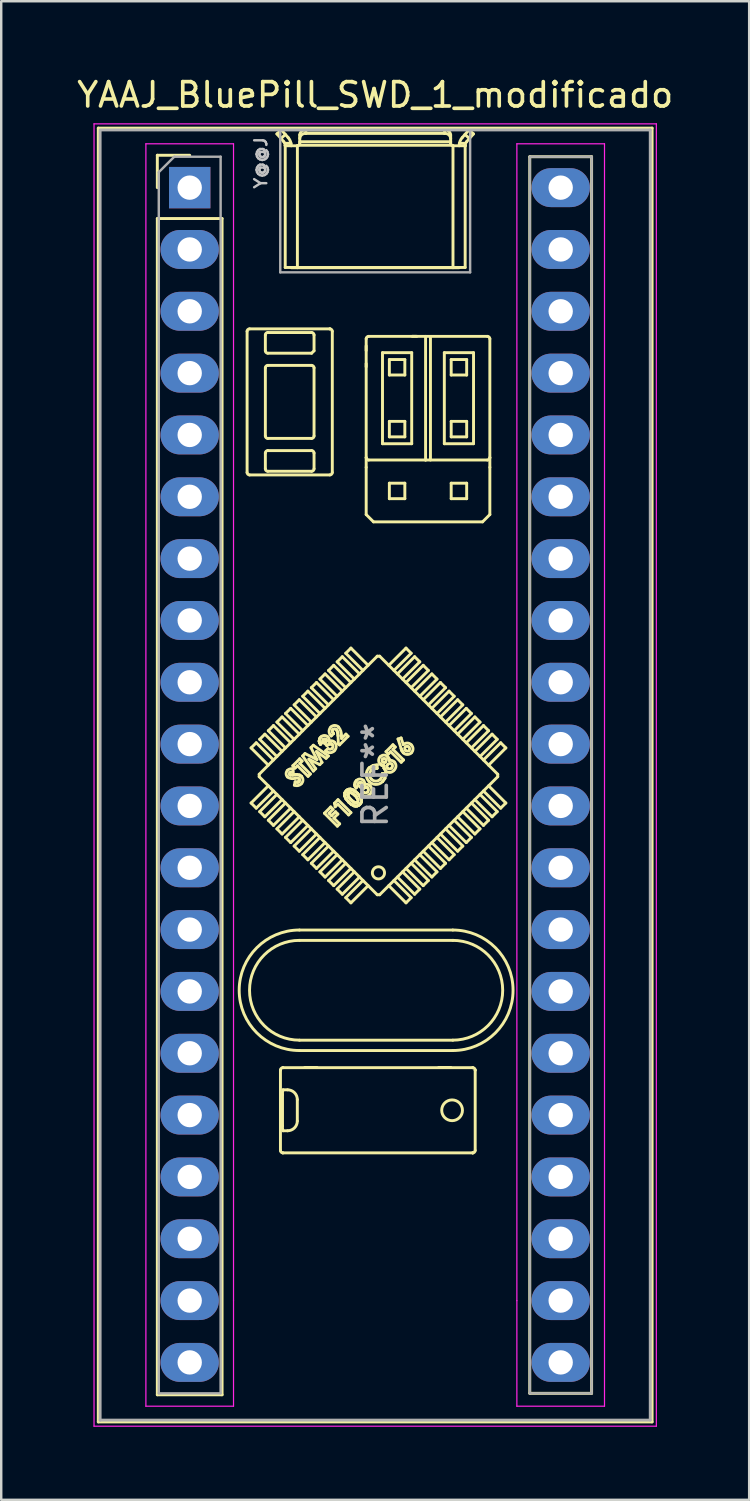
<source format=kicad_pcb>
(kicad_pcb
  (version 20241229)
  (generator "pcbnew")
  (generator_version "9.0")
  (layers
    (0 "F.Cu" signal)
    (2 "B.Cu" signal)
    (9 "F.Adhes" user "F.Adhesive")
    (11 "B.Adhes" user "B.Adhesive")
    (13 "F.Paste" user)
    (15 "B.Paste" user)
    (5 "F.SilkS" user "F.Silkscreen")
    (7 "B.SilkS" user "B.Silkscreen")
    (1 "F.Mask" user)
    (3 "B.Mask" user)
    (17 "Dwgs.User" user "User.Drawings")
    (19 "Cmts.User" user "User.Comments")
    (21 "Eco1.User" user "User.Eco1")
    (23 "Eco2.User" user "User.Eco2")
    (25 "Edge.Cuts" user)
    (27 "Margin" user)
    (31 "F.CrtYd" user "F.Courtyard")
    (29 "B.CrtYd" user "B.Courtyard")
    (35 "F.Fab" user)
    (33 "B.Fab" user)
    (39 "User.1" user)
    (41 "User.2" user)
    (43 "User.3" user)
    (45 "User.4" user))
  (footprint "YAAJ_BluePill_SWD_1_modificado"
    (layer "F.Cu")
    (at 4.743 4.658)
    (property "Reference" "YAAJ_BluePill_SWD_1_modificado" (at 7.62 -3.81 0) (layer "F.SilkS") (effects (font (size 1 1) (thickness 0.15))))
    (attr through_hole)
    (fp_line (start -3.755 -2.445) (end 18.995 -2.445) (stroke (width 0.12) (type solid)) (layer "F.SilkS"))
    (fp_line (start -3.755 50.705) (end -3.755 -2.445) (stroke (width 0.12) (type solid)) (layer "F.SilkS"))
    (fp_line (start -1.33 -1.33) (end 0 -1.33) (stroke (width 0.12) (type solid)) (layer "F.SilkS"))
    (fp_line (start -1.33 0) (end -1.33 -1.33) (stroke (width 0.12) (type solid)) (layer "F.SilkS"))
    (fp_line (start -1.33 1.27) (end 1.33 1.27) (stroke (width 0.12) (type solid)) (layer "F.SilkS"))
    (fp_line (start -1.33 49.59) (end -1.33 1.27) (stroke (width 0.12) (type solid)) (layer "F.SilkS"))
    (fp_line (start 1.33 1.27) (end 1.33 49.59) (stroke (width 0.12) (type solid)) (layer "F.SilkS"))
    (fp_line (start 1.33 49.59) (end -1.33 49.59) (stroke (width 0.12) (type solid)) (layer "F.SilkS"))
    (fp_line (start 2.358 5.902) (end 2.358 11.702) (stroke (width 0.12) (type solid)) (layer "F.SilkS"))
    (fp_line (start 2.458 11.802) (end 5.758 11.802) (stroke (width 0.12) (type solid)) (layer "F.SilkS"))
    (fp_line (start 2.522 23.017) (end 3.229 23.724) (stroke (width 0.12) (type solid)) (layer "F.SilkS"))
    (fp_line (start 2.522 25.28) (end 3.229 24.573) (stroke (width 0.12) (type solid)) (layer "F.SilkS"))
    (fp_line (start 2.734 22.805) (end 2.522 23.017) (stroke (width 0.12) (type solid)) (layer "F.SilkS"))
    (fp_line (start 2.734 22.805) (end 3.441 23.512) (stroke (width 0.12) (type solid)) (layer "F.SilkS"))
    (fp_line (start 2.734 25.492) (end 2.522 25.28) (stroke (width 0.12) (type solid)) (layer "F.SilkS"))
    (fp_line (start 2.734 25.492) (end 3.441 24.785) (stroke (width 0.12) (type solid)) (layer "F.SilkS"))
    (fp_line (start 2.855 24.199) (end 2.855 24.099) (stroke (width 0.12) (type solid)) (layer "F.SilkS"))
    (fp_line (start 2.855 24.199) (end 7.704 29.048) (stroke (width 0.12) (type solid)) (layer "F.SilkS"))
    (fp_line (start 2.875 22.664) (end 3.583 23.371) (stroke (width 0.12) (type solid)) (layer "F.SilkS"))
    (fp_line (start 2.875 25.634) (end 3.583 24.926) (stroke (width 0.12) (type solid)) (layer "F.SilkS"))
    (fp_line (start 3.088 22.452) (end 2.875 22.664) (stroke (width 0.12) (type solid)) (layer "F.SilkS"))
    (fp_line (start 3.088 22.452) (end 3.795 23.159) (stroke (width 0.12) (type solid)) (layer "F.SilkS"))
    (fp_line (start 3.088 25.846) (end 2.875 25.634) (stroke (width 0.12) (type solid)) (layer "F.SilkS"))
    (fp_line (start 3.088 25.846) (end 3.795 25.139) (stroke (width 0.12) (type solid)) (layer "F.SilkS"))
    (fp_line (start 3.108 6.702) (end 3.108 6.052) (stroke (width 0.12) (type solid)) (layer "F.SilkS"))
    (fp_line (start 3.108 10.202) (end 3.108 7.402) (stroke (width 0.12) (type solid)) (layer "F.SilkS"))
    (fp_line (start 3.108 11.552) (end 3.108 10.902) (stroke (width 0.12) (type solid)) (layer "F.SilkS"))
    (fp_line (start 3.208 5.952) (end 5.008 5.952) (stroke (width 0.12) (type solid)) (layer "F.SilkS"))
    (fp_line (start 3.208 7.302) (end 5.008 7.302) (stroke (width 0.12) (type solid)) (layer "F.SilkS"))
    (fp_line (start 3.208 10.802) (end 5.008 10.802) (stroke (width 0.12) (type solid)) (layer "F.SilkS"))
    (fp_line (start 3.229 22.31) (end 3.936 23.017) (stroke (width 0.12) (type solid)) (layer "F.SilkS"))
    (fp_line (start 3.229 25.987) (end 3.936 25.28) (stroke (width 0.12) (type solid)) (layer "F.SilkS"))
    (fp_line (start 3.441 22.098) (end 3.229 22.31) (stroke (width 0.12) (type solid)) (layer "F.SilkS"))
    (fp_line (start 3.441 22.098) (end 4.148 22.805) (stroke (width 0.12) (type solid)) (layer "F.SilkS"))
    (fp_line (start 3.441 26.199) (end 3.229 25.987) (stroke (width 0.12) (type solid)) (layer "F.SilkS"))
    (fp_line (start 3.441 26.199) (end 4.148 25.492) (stroke (width 0.12) (type solid)) (layer "F.SilkS"))
    (fp_line (start 3.583 -2.207) (end 3.861 -1.891) (stroke (width 0.12) (type solid)) (layer "F.SilkS"))
    (fp_line (start 3.583 21.957) (end 4.29 22.664) (stroke (width 0.12) (type solid)) (layer "F.SilkS"))
    (fp_line (start 3.583 26.341) (end 4.29 25.634) (stroke (width 0.12) (type solid)) (layer "F.SilkS"))
    (fp_line (start 3.728 36.253) (end 3.728 39.553) (stroke (width 0.12) (type solid)) (layer "F.SilkS"))
    (fp_line (start 3.728 36.252) (end 3.728 36.253) (stroke (width 0.12) (type solid)) (layer "F.SilkS"))
    (fp_line (start 3.748 -2.02) (end 3.933 -2.182) (stroke (width 0.12) (type solid)) (layer "F.SilkS"))
    (fp_line (start 3.767 -2.37) (end 3.583 -2.207) (stroke (width 0.12) (type solid)) (layer "F.SilkS"))
    (fp_line (start 3.795 21.744) (end 3.583 21.957) (stroke (width 0.12) (type solid)) (layer "F.SilkS"))
    (fp_line (start 3.795 21.744) (end 4.502 22.452) (stroke (width 0.12) (type solid)) (layer "F.SilkS"))
    (fp_line (start 3.795 26.553) (end 3.583 26.341) (stroke (width 0.12) (type solid)) (layer "F.SilkS"))
    (fp_line (start 3.795 26.553) (end 4.502 25.846) (stroke (width 0.12) (type solid)) (layer "F.SilkS"))
    (fp_line (start 3.812 38.544) (end 3.812 37.262) (stroke (width 0.12) (type solid)) (layer "F.SilkS"))
    (fp_line (start 3.827 39.653) (end 3.828 39.653) (stroke (width 0.12) (type solid)) (layer "F.SilkS"))
    (fp_line (start 3.828 36.153) (end 3.827 36.153) (stroke (width 0.12) (type solid)) (layer "F.SilkS"))
    (fp_line (start 3.828 36.153) (end 11.628 36.153) (stroke (width 0.12) (type solid)) (layer "F.SilkS"))
    (fp_line (start 3.828 39.653) (end 11.628 39.653) (stroke (width 0.12) (type solid)) (layer "F.SilkS"))
    (fp_line (start 3.834 38.744) (end 4.021 38.744) (stroke (width 0.12) (type solid)) (layer "F.SilkS"))
    (fp_line (start 3.924 -1.728) (end 3.929 -1.72) (stroke (width 0.12) (type solid)) (layer "F.SilkS"))
    (fp_line (start 3.924 -1.726) (end 3.924 -1.728) (stroke (width 0.12) (type solid)) (layer "F.SilkS"))
    (fp_line (start 3.924 -1.726) (end 3.924 3.28) (stroke (width 0.12) (type solid)) (layer "F.SilkS"))
    (fp_line (start 3.929 -1.72) (end 3.93 -1.72) (stroke (width 0.12) (type solid)) (layer "F.SilkS"))
    (fp_line (start 3.93 -1.72) (end 4.42 -1.72) (stroke (width 0.12) (type solid)) (layer "F.SilkS"))
    (fp_line (start 3.936 21.603) (end 4.643 22.31) (stroke (width 0.12) (type solid)) (layer "F.SilkS"))
    (fp_line (start 3.936 26.694) (end 4.643 25.987) (stroke (width 0.12) (type solid)) (layer "F.SilkS"))
    (fp_line (start 4.021 37.062) (end 3.834 37.062) (stroke (width 0.12) (type solid)) (layer "F.SilkS"))
    (fp_line (start 4.045 -2.055) (end 3.767 -2.37) (stroke (width 0.12) (type solid)) (layer "F.SilkS"))
    (fp_line (start 4.108 24.11) (end 4.126 24.122) (stroke (width 0.12) (type solid)) (layer "F.SilkS"))
    (fp_line (start 4.108 24.11) (end 4.126 24.122) (stroke (width 0.12) (type solid)) (layer "F.SilkS"))
    (fp_line (start 4.126 24.122) (end 4.142 24.127) (stroke (width 0.12) (type solid)) (layer "F.SilkS"))
    (fp_line (start 4.126 24.122) (end 4.142 24.127) (stroke (width 0.12) (type solid)) (layer "F.SilkS"))
    (fp_line (start 4.142 24.127) (end 4.221 24.127) (stroke (width 0.12) (type solid)) (layer "F.SilkS"))
    (fp_line (start 4.142 24.127) (end 4.221 24.127) (stroke (width 0.12) (type solid)) (layer "F.SilkS"))
    (fp_line (start 4.148 21.391) (end 3.936 21.603) (stroke (width 0.12) (type solid)) (layer "F.SilkS"))
    (fp_line (start 4.148 21.391) (end 4.855 22.098) (stroke (width 0.12) (type solid)) (layer "F.SilkS"))
    (fp_line (start 4.148 26.906) (end 3.936 26.694) (stroke (width 0.12) (type solid)) (layer "F.SilkS"))
    (fp_line (start 4.148 26.906) (end 4.855 26.199) (stroke (width 0.12) (type solid)) (layer "F.SilkS"))
    (fp_line (start 4.161 -1.82) (end 3.905 -1.82) (stroke (width 0.12) (type solid)) (layer "F.SilkS"))
    (fp_line (start 4.17 -1.72) (end 4.17 -1.724) (stroke (width 0.12) (type solid)) (layer "F.SilkS"))
    (fp_line (start 4.221 24.127) (end 4.283 24.123) (stroke (width 0.12) (type solid)) (layer "F.SilkS"))
    (fp_line (start 4.221 24.127) (end 4.283 24.123) (stroke (width 0.12) (type solid)) (layer "F.SilkS"))
    (fp_line (start 4.236 23.749) (end 4.522 23.463) (stroke (width 0.12) (type solid)) (layer "F.SilkS"))
    (fp_line (start 4.253 23.874) (end 4.247 24.011) (stroke (width 0.12) (type solid)) (layer "F.SilkS"))
    (fp_line (start 4.283 24.123) (end 4.355 24.118) (stroke (width 0.12) (type solid)) (layer "F.SilkS"))
    (fp_line (start 4.283 24.123) (end 4.355 24.118) (stroke (width 0.12) (type solid)) (layer "F.SilkS"))
    (fp_line (start 4.29 21.249) (end 4.997 21.957) (stroke (width 0.12) (type solid)) (layer "F.SilkS"))
    (fp_line (start 4.29 27.048) (end 4.997 26.341) (stroke (width 0.12) (type solid)) (layer "F.SilkS"))
    (fp_line (start 4.3 24.547) (end 4.334 24.413) (stroke (width 0.12) (type solid)) (layer "F.SilkS"))
    (fp_line (start 4.331 23.844) (end 4.236 23.749) (stroke (width 0.12) (type solid)) (layer "F.SilkS"))
    (fp_line (start 4.334 24.413) (end 4.424 24.424) (stroke (width 0.12) (type solid)) (layer "F.SilkS"))
    (fp_line (start 4.334 24.413) (end 4.424 24.424) (stroke (width 0.12) (type solid)) (layer "F.SilkS"))
    (fp_line (start 4.355 24.118) (end 4.412 24.116) (stroke (width 0.12) (type solid)) (layer "F.SilkS"))
    (fp_line (start 4.355 24.118) (end 4.412 24.116) (stroke (width 0.12) (type solid)) (layer "F.SilkS"))
    (fp_line (start 4.412 24.116) (end 4.518 24.135) (stroke (width 0.12) (type solid)) (layer "F.SilkS"))
    (fp_line (start 4.412 24.116) (end 4.518 24.135) (stroke (width 0.12) (type solid)) (layer "F.SilkS"))
    (fp_line (start 4.42 -1.72) (end 4.424 -1.72) (stroke (width 0.12) (type solid)) (layer "F.SilkS"))
    (fp_line (start 4.421 37.462) (end 4.421 38.344) (stroke (width 0.12) (type solid)) (layer "F.SilkS"))
    (fp_line (start 4.424 -1.72) (end 4.424 3.29) (stroke (width 0.12) (type solid)) (layer "F.SilkS"))
    (fp_line (start 4.424 24.424) (end 4.459 24.415) (stroke (width 0.12) (type solid)) (layer "F.SilkS"))
    (fp_line (start 4.424 24.424) (end 4.459 24.415) (stroke (width 0.12) (type solid)) (layer "F.SilkS"))
    (fp_line (start 4.427 23.749) (end 4.331 23.844) (stroke (width 0.12) (type solid)) (layer "F.SilkS"))
    (fp_line (start 4.459 24.415) (end 4.489 24.394) (stroke (width 0.12) (type solid)) (layer "F.SilkS"))
    (fp_line (start 4.459 24.415) (end 4.489 24.394) (stroke (width 0.12) (type solid)) (layer "F.SilkS"))
    (fp_line (start 4.502 21.037) (end 4.29 21.249) (stroke (width 0.12) (type solid)) (layer "F.SilkS"))
    (fp_line (start 4.502 21.037) (end 5.209 21.744) (stroke (width 0.12) (type solid)) (layer "F.SilkS"))
    (fp_line (start 4.502 27.26) (end 4.29 27.048) (stroke (width 0.12) (type solid)) (layer "F.SilkS"))
    (fp_line (start 4.502 27.26) (end 5.209 26.553) (stroke (width 0.12) (type solid)) (layer "F.SilkS"))
    (fp_line (start 4.508 30.923) (end 10.808 30.923) (stroke (width 0.12) (type solid)) (layer "F.SilkS"))
    (fp_line (start 4.508 35.448) (end 10.808 35.448) (stroke (width 0.12) (type solid)) (layer "F.SilkS"))
    (fp_line (start 4.518 24.135) (end 4.588 24.183) (stroke (width 0.12) (type solid)) (layer "F.SilkS"))
    (fp_line (start 4.518 24.135) (end 4.588 24.183) (stroke (width 0.12) (type solid)) (layer "F.SilkS"))
    (fp_line (start 4.52 -2.165) (end 4.52 -1.82) (stroke (width 0.12) (type solid)) (layer "F.SilkS"))
    (fp_line (start 4.52 -1.885) (end 10.72 -1.885) (stroke (width 0.12) (type solid)) (layer "F.SilkS"))
    (fp_line (start 4.522 23.463) (end 4.617 23.559) (stroke (width 0.12) (type solid)) (layer "F.SilkS"))
    (fp_line (start 4.522 23.654) (end 4.957 24.089) (stroke (width 0.12) (type solid)) (layer "F.SilkS"))
    (fp_line (start 4.617 23.559) (end 4.522 23.654) (stroke (width 0.12) (type solid)) (layer "F.SilkS"))
    (fp_line (start 4.639 23.347) (end 4.737 23.248) (stroke (width 0.12) (type solid)) (layer "F.SilkS"))
    (fp_line (start 4.643 20.896) (end 5.35 21.603) (stroke (width 0.12) (type solid)) (layer "F.SilkS"))
    (fp_line (start 4.643 27.401) (end 5.35 26.694) (stroke (width 0.12) (type solid)) (layer "F.SilkS"))
    (fp_line (start 4.737 23.248) (end 5.228 23.497) (stroke (width 0.12) (type solid)) (layer "F.SilkS"))
    (fp_line (start 4.77 -2.227) (end 4.77 -2.37) (stroke (width 0.12) (type solid)) (layer "F.SilkS"))
    (fp_line (start 4.855 20.684) (end 4.643 20.896) (stroke (width 0.12) (type solid)) (layer "F.SilkS"))
    (fp_line (start 4.855 20.684) (end 5.562 21.391) (stroke (width 0.12) (type solid)) (layer "F.SilkS"))
    (fp_line (start 4.855 27.613) (end 4.643 27.401) (stroke (width 0.12) (type solid)) (layer "F.SilkS"))
    (fp_line (start 4.855 27.613) (end 5.562 26.906) (stroke (width 0.12) (type solid)) (layer "F.SilkS"))
    (fp_line (start 4.862 24.184) (end 4.427 23.749) (stroke (width 0.12) (type solid)) (layer "F.SilkS"))
    (fp_line (start 4.897 23.479) (end 5.176 23.87) (stroke (width 0.12) (type solid)) (layer "F.SilkS"))
    (fp_line (start 4.957 24.089) (end 4.862 24.184) (stroke (width 0.12) (type solid)) (layer "F.SilkS"))
    (fp_line (start 4.98 23.005) (end 5.078 22.907) (stroke (width 0.12) (type solid)) (layer "F.SilkS"))
    (fp_line (start 4.997 20.542) (end 5.704 21.249) (stroke (width 0.12) (type solid)) (layer "F.SilkS"))
    (fp_line (start 4.997 27.755) (end 5.704 27.048) (stroke (width 0.12) (type solid)) (layer "F.SilkS"))
    (fp_line (start 5.008 6.802) (end 3.208 6.802) (stroke (width 0.12) (type solid)) (layer "F.SilkS"))
    (fp_line (start 5.008 6.802) (end 5.108 6.702) (stroke (width 0.12) (type solid)) (layer "F.SilkS"))
    (fp_line (start 5.008 10.302) (end 3.208 10.302) (stroke (width 0.12) (type solid)) (layer "F.SilkS"))
    (fp_line (start 5.008 11.652) (end 3.208 11.652) (stroke (width 0.12) (type solid)) (layer "F.SilkS"))
    (fp_line (start 5.078 22.907) (end 5.698 23.348) (stroke (width 0.12) (type solid)) (layer "F.SilkS"))
    (fp_line (start 5.079 23.967) (end 4.639 23.347) (stroke (width 0.12) (type solid)) (layer "F.SilkS"))
    (fp_line (start 5.108 6.052) (end 5.108 6.702) (stroke (width 0.12) (type solid)) (layer "F.SilkS"))
    (fp_line (start 5.108 7.402) (end 5.108 10.202) (stroke (width 0.12) (type solid)) (layer "F.SilkS"))
    (fp_line (start 5.108 10.902) (end 5.108 11.552) (stroke (width 0.12) (type solid)) (layer "F.SilkS"))
    (fp_line (start 5.176 23.87) (end 5.079 23.967) (stroke (width 0.12) (type solid)) (layer "F.SilkS"))
    (fp_line (start 5.209 20.33) (end 4.997 20.542) (stroke (width 0.12) (type solid)) (layer "F.SilkS"))
    (fp_line (start 5.209 20.33) (end 5.916 21.037) (stroke (width 0.12) (type solid)) (layer "F.SilkS"))
    (fp_line (start 5.209 27.967) (end 4.997 27.755) (stroke (width 0.12) (type solid)) (layer "F.SilkS"))
    (fp_line (start 5.209 27.967) (end 5.916 27.26) (stroke (width 0.12) (type solid)) (layer "F.SilkS"))
    (fp_line (start 5.21 23.166) (end 5.435 23.611) (stroke (width 0.12) (type solid)) (layer "F.SilkS"))
    (fp_line (start 5.228 36.143) (end 4.728 36.143) (stroke (width 0.12) (type solid)) (layer "F.SilkS"))
    (fp_line (start 5.228 23.497) (end 4.98 23.005) (stroke (width 0.12) (type solid)) (layer "F.SilkS"))
    (fp_line (start 5.319 22.738) (end 5.339 22.637) (stroke (width 0.12) (type solid)) (layer "F.SilkS"))
    (fp_line (start 5.319 22.738) (end 5.339 22.637) (stroke (width 0.12) (type solid)) (layer "F.SilkS"))
    (fp_line (start 5.331 22.801) (end 5.319 22.738) (stroke (width 0.12) (type solid)) (layer "F.SilkS"))
    (fp_line (start 5.331 22.801) (end 5.319 22.738) (stroke (width 0.12) (type solid)) (layer "F.SilkS"))
    (fp_line (start 5.339 22.637) (end 5.387 22.571) (stroke (width 0.12) (type solid)) (layer "F.SilkS"))
    (fp_line (start 5.339 22.637) (end 5.387 22.571) (stroke (width 0.12) (type solid)) (layer "F.SilkS"))
    (fp_line (start 5.342 23.704) (end 4.897 23.479) (stroke (width 0.12) (type solid)) (layer "F.SilkS"))
    (fp_line (start 5.35 20.189) (end 6.057 20.896) (stroke (width 0.12) (type solid)) (layer "F.SilkS"))
    (fp_line (start 5.35 28.108) (end 6.057 27.401) (stroke (width 0.12) (type solid)) (layer "F.SilkS"))
    (fp_line (start 5.372 22.872) (end 5.331 22.801) (stroke (width 0.12) (type solid)) (layer "F.SilkS"))
    (fp_line (start 5.372 22.872) (end 5.331 22.801) (stroke (width 0.12) (type solid)) (layer "F.SilkS"))
    (fp_line (start 5.435 23.611) (end 5.342 23.704) (stroke (width 0.12) (type solid)) (layer "F.SilkS"))
    (fp_line (start 5.467 22.777) (end 5.372 22.872) (stroke (width 0.12) (type solid)) (layer "F.SilkS"))
    (fp_line (start 5.535 25.7) (end 5.793 25.442) (stroke (width 0.12) (type solid)) (layer "F.SilkS"))
    (fp_line (start 5.549 22.831) (end 5.6 22.752) (stroke (width 0.12) (type solid)) (layer "F.SilkS"))
    (fp_line (start 5.549 22.831) (end 5.6 22.752) (stroke (width 0.12) (type solid)) (layer "F.SilkS"))
    (fp_line (start 5.562 19.977) (end 5.35 20.189) (stroke (width 0.12) (type solid)) (layer "F.SilkS"))
    (fp_line (start 5.562 19.977) (end 6.27 20.684) (stroke (width 0.12) (type solid)) (layer "F.SilkS"))
    (fp_line (start 5.562 28.321) (end 5.35 28.108) (stroke (width 0.12) (type solid)) (layer "F.SilkS"))
    (fp_line (start 5.562 28.321) (end 6.27 27.613) (stroke (width 0.12) (type solid)) (layer "F.SilkS"))
    (fp_line (start 5.583 23.137) (end 5.678 23.042) (stroke (width 0.12) (type solid)) (layer "F.SilkS"))
    (fp_line (start 5.598 22.683) (end 5.585 22.664) (stroke (width 0.12) (type solid)) (layer "F.SilkS"))
    (fp_line (start 5.598 22.683) (end 5.585 22.664) (stroke (width 0.12) (type solid)) (layer "F.SilkS"))
    (fp_line (start 5.6 22.752) (end 5.605 22.706) (stroke (width 0.12) (type solid)) (layer "F.SilkS"))
    (fp_line (start 5.6 22.752) (end 5.605 22.706) (stroke (width 0.12) (type solid)) (layer "F.SilkS"))
    (fp_line (start 5.602 23.444) (end 5.21 23.166) (stroke (width 0.12) (type solid)) (layer "F.SilkS"))
    (fp_line (start 5.605 22.706) (end 5.598 22.683) (stroke (width 0.12) (type solid)) (layer "F.SilkS"))
    (fp_line (start 5.605 22.706) (end 5.598 22.683) (stroke (width 0.12) (type solid)) (layer "F.SilkS"))
    (fp_line (start 5.637 22.92) (end 5.549 22.831) (stroke (width 0.12) (type solid)) (layer "F.SilkS"))
    (fp_line (start 5.698 23.348) (end 5.602 23.444) (stroke (width 0.12) (type solid)) (layer "F.SilkS"))
    (fp_line (start 5.704 19.835) (end 6.411 20.542) (stroke (width 0.12) (type solid)) (layer "F.SilkS"))
    (fp_line (start 5.704 28.462) (end 6.411 27.755) (stroke (width 0.12) (type solid)) (layer "F.SilkS"))
    (fp_line (start 5.725 25.7) (end 5.827 25.802) (stroke (width 0.12) (type solid)) (layer "F.SilkS"))
    (fp_line (start 5.738 22.854) (end 5.637 22.92) (stroke (width 0.12) (type solid)) (layer "F.SilkS"))
    (fp_line (start 5.738 22.854) (end 5.637 22.92) (stroke (width 0.12) (type solid)) (layer "F.SilkS"))
    (fp_line (start 5.758 5.802) (end 2.458 5.802) (stroke (width 0.12) (type solid)) (layer "F.SilkS"))
    (fp_line (start 5.762 5.802) (end 5.758 5.802) (stroke (width 0.12) (type solid)) (layer "F.SilkS"))
    (fp_line (start 5.793 25.442) (end 5.888 25.537) (stroke (width 0.12) (type solid)) (layer "F.SilkS"))
    (fp_line (start 5.798 22.849) (end 5.738 22.854) (stroke (width 0.12) (type solid)) (layer "F.SilkS"))
    (fp_line (start 5.798 22.849) (end 5.738 22.854) (stroke (width 0.12) (type solid)) (layer "F.SilkS"))
    (fp_line (start 5.827 25.802) (end 5.99 25.639) (stroke (width 0.12) (type solid)) (layer "F.SilkS"))
    (fp_line (start 5.827 22.858) (end 5.798 22.849) (stroke (width 0.12) (type solid)) (layer "F.SilkS"))
    (fp_line (start 5.827 22.858) (end 5.798 22.849) (stroke (width 0.12) (type solid)) (layer "F.SilkS"))
    (fp_line (start 5.852 22.876) (end 5.827 22.858) (stroke (width 0.12) (type solid)) (layer "F.SilkS"))
    (fp_line (start 5.852 22.876) (end 5.827 22.858) (stroke (width 0.12) (type solid)) (layer "F.SilkS"))
    (fp_line (start 5.858 11.702) (end 5.858 5.902) (stroke (width 0.12) (type solid)) (layer "F.SilkS"))
    (fp_line (start 5.862 22.307) (end 5.866 22.36) (stroke (width 0.12) (type solid)) (layer "F.SilkS"))
    (fp_line (start 5.862 22.307) (end 5.866 22.36) (stroke (width 0.12) (type solid)) (layer "F.SilkS"))
    (fp_line (start 5.866 22.36) (end 5.909 22.43) (stroke (width 0.12) (type solid)) (layer "F.SilkS"))
    (fp_line (start 5.866 22.36) (end 5.909 22.43) (stroke (width 0.12) (type solid)) (layer "F.SilkS"))
    (fp_line (start 5.887 22.261) (end 5.862 22.307) (stroke (width 0.12) (type solid)) (layer "F.SilkS"))
    (fp_line (start 5.887 22.261) (end 5.862 22.307) (stroke (width 0.12) (type solid)) (layer "F.SilkS"))
    (fp_line (start 5.888 25.537) (end 5.725 25.7) (stroke (width 0.12) (type solid)) (layer "F.SilkS"))
    (fp_line (start 5.909 22.43) (end 5.814 22.525) (stroke (width 0.12) (type solid)) (layer "F.SilkS"))
    (fp_line (start 5.916 19.623) (end 5.704 19.835) (stroke (width 0.12) (type solid)) (layer "F.SilkS"))
    (fp_line (start 5.916 19.623) (end 6.623 20.33) (stroke (width 0.12) (type solid)) (layer "F.SilkS"))
    (fp_line (start 5.916 28.674) (end 5.704 28.462) (stroke (width 0.12) (type solid)) (layer "F.SilkS"))
    (fp_line (start 5.916 28.674) (end 6.623 27.967) (stroke (width 0.12) (type solid)) (layer "F.SilkS"))
    (fp_line (start 5.922 25.898) (end 6.16 26.136) (stroke (width 0.12) (type solid)) (layer "F.SilkS"))
    (fp_line (start 5.945 25.29) (end 6.092 25.143) (stroke (width 0.12) (type solid)) (layer "F.SilkS"))
    (fp_line (start 5.977 25.435) (end 5.945 25.29) (stroke (width 0.12) (type solid)) (layer "F.SilkS"))
    (fp_line (start 5.99 25.639) (end 6.086 25.734) (stroke (width 0.12) (type solid)) (layer "F.SilkS"))
    (fp_line (start 6.057 19.482) (end 6.765 20.189) (stroke (width 0.12) (type solid)) (layer "F.SilkS"))
    (fp_line (start 6.057 28.815) (end 6.765 28.108) (stroke (width 0.12) (type solid)) (layer "F.SilkS"))
    (fp_line (start 6.065 26.231) (end 5.535 25.7) (stroke (width 0.12) (type solid)) (layer "F.SilkS"))
    (fp_line (start 6.08 22.368) (end 6.027 22.263) (stroke (width 0.12) (type solid)) (layer "F.SilkS"))
    (fp_line (start 6.08 22.368) (end 6.027 22.263) (stroke (width 0.12) (type solid)) (layer "F.SilkS"))
    (fp_line (start 6.086 25.326) (end 5.977 25.435) (stroke (width 0.12) (type solid)) (layer "F.SilkS"))
    (fp_line (start 6.086 25.734) (end 5.922 25.898) (stroke (width 0.12) (type solid)) (layer "F.SilkS"))
    (fp_line (start 6.092 25.143) (end 6.623 25.673) (stroke (width 0.12) (type solid)) (layer "F.SilkS"))
    (fp_line (start 6.095 22.52) (end 6.08 22.368) (stroke (width 0.12) (type solid)) (layer "F.SilkS"))
    (fp_line (start 6.095 22.52) (end 6.08 22.368) (stroke (width 0.12) (type solid)) (layer "F.SilkS"))
    (fp_line (start 6.105 22.844) (end 6.095 22.52) (stroke (width 0.12) (type solid)) (layer "F.SilkS"))
    (fp_line (start 6.154 22.892) (end 6.105 22.844) (stroke (width 0.12) (type solid)) (layer "F.SilkS"))
    (fp_line (start 6.16 26.136) (end 6.065 26.231) (stroke (width 0.12) (type solid)) (layer "F.SilkS"))
    (fp_line (start 6.232 22.51) (end 6.24 22.629) (stroke (width 0.12) (type solid)) (layer "F.SilkS"))
    (fp_line (start 6.24 22.629) (end 6.419 22.45) (stroke (width 0.12) (type solid)) (layer "F.SilkS"))
    (fp_line (start 6.27 19.27) (end 6.057 19.482) (stroke (width 0.12) (type solid)) (layer "F.SilkS"))
    (fp_line (start 6.27 19.27) (end 6.977 19.977) (stroke (width 0.12) (type solid)) (layer "F.SilkS"))
    (fp_line (start 6.27 29.028) (end 6.057 28.815) (stroke (width 0.12) (type solid)) (layer "F.SilkS"))
    (fp_line (start 6.27 29.028) (end 6.977 28.321) (stroke (width 0.12) (type solid)) (layer "F.SilkS"))
    (fp_line (start 6.365 24.988) (end 6.373 24.863) (stroke (width 0.12) (type solid)) (layer "F.SilkS"))
    (fp_line (start 6.365 24.988) (end 6.373 24.863) (stroke (width 0.12) (type solid)) (layer "F.SilkS"))
    (fp_line (start 6.373 24.863) (end 6.427 24.781) (stroke (width 0.12) (type solid)) (layer "F.SilkS"))
    (fp_line (start 6.373 24.863) (end 6.427 24.781) (stroke (width 0.12) (type solid)) (layer "F.SilkS"))
    (fp_line (start 6.411 19.128) (end 7.118 19.835) (stroke (width 0.12) (type solid)) (layer "F.SilkS"))
    (fp_line (start 6.411 29.169) (end 7.118 28.462) (stroke (width 0.12) (type solid)) (layer "F.SilkS"))
    (fp_line (start 6.419 22.45) (end 6.507 22.539) (stroke (width 0.12) (type solid)) (layer "F.SilkS"))
    (fp_line (start 6.421 25.111) (end 6.365 24.988) (stroke (width 0.12) (type solid)) (layer "F.SilkS"))
    (fp_line (start 6.421 25.111) (end 6.365 24.988) (stroke (width 0.12) (type solid)) (layer "F.SilkS"))
    (fp_line (start 6.427 24.781) (end 6.48 24.74) (stroke (width 0.12) (type solid)) (layer "F.SilkS"))
    (fp_line (start 6.427 24.781) (end 6.48 24.74) (stroke (width 0.12) (type solid)) (layer "F.SilkS"))
    (fp_line (start 6.48 24.74) (end 6.541 24.715) (stroke (width 0.12) (type solid)) (layer "F.SilkS"))
    (fp_line (start 6.48 24.74) (end 6.541 24.715) (stroke (width 0.12) (type solid)) (layer "F.SilkS"))
    (fp_line (start 6.496 24.948) (end 6.524 25.024) (stroke (width 0.12) (type solid)) (layer "F.SilkS"))
    (fp_line (start 6.496 24.948) (end 6.524 25.024) (stroke (width 0.12) (type solid)) (layer "F.SilkS"))
    (fp_line (start 6.503 24.908) (end 6.496 24.948) (stroke (width 0.12) (type solid)) (layer "F.SilkS"))
    (fp_line (start 6.503 24.908) (end 6.496 24.948) (stroke (width 0.12) (type solid)) (layer "F.SilkS"))
    (fp_line (start 6.507 22.539) (end 6.154 22.892) (stroke (width 0.12) (type solid)) (layer "F.SilkS"))
    (fp_line (start 6.524 25.024) (end 6.629 25.149) (stroke (width 0.12) (type solid)) (layer "F.SilkS"))
    (fp_line (start 6.524 25.024) (end 6.629 25.149) (stroke (width 0.12) (type solid)) (layer "F.SilkS"))
    (fp_line (start 6.525 24.874) (end 6.503 24.908) (stroke (width 0.12) (type solid)) (layer "F.SilkS"))
    (fp_line (start 6.525 24.874) (end 6.503 24.908) (stroke (width 0.12) (type solid)) (layer "F.SilkS"))
    (fp_line (start 6.528 25.768) (end 6.086 25.326) (stroke (width 0.12) (type solid)) (layer "F.SilkS"))
    (fp_line (start 6.533 25.243) (end 6.421 25.111) (stroke (width 0.12) (type solid)) (layer "F.SilkS"))
    (fp_line (start 6.533 25.243) (end 6.421 25.111) (stroke (width 0.12) (type solid)) (layer "F.SilkS"))
    (fp_line (start 6.541 24.715) (end 6.608 24.71) (stroke (width 0.12) (type solid)) (layer "F.SilkS"))
    (fp_line (start 6.541 24.715) (end 6.608 24.71) (stroke (width 0.12) (type solid)) (layer "F.SilkS"))
    (fp_line (start 6.558 24.852) (end 6.525 24.874) (stroke (width 0.12) (type solid)) (layer "F.SilkS"))
    (fp_line (start 6.558 24.852) (end 6.525 24.874) (stroke (width 0.12) (type solid)) (layer "F.SilkS"))
    (fp_line (start 6.597 24.848) (end 6.558 24.852) (stroke (width 0.12) (type solid)) (layer "F.SilkS"))
    (fp_line (start 6.597 24.848) (end 6.558 24.852) (stroke (width 0.12) (type solid)) (layer "F.SilkS"))
    (fp_line (start 6.608 24.71) (end 6.673 24.725) (stroke (width 0.12) (type solid)) (layer "F.SilkS"))
    (fp_line (start 6.608 24.71) (end 6.673 24.725) (stroke (width 0.12) (type solid)) (layer "F.SilkS"))
    (fp_line (start 6.623 25.673) (end 6.528 25.768) (stroke (width 0.12) (type solid)) (layer "F.SilkS"))
    (fp_line (start 6.623 18.916) (end 6.411 19.128) (stroke (width 0.12) (type solid)) (layer "F.SilkS"))
    (fp_line (start 6.623 18.916) (end 7.33 19.623) (stroke (width 0.12) (type solid)) (layer "F.SilkS"))
    (fp_line (start 6.623 29.381) (end 6.411 29.169) (stroke (width 0.12) (type solid)) (layer "F.SilkS"))
    (fp_line (start 6.623 29.381) (end 7.33 28.674) (stroke (width 0.12) (type solid)) (layer "F.SilkS"))
    (fp_line (start 6.629 25.149) (end 6.749 25.246) (stroke (width 0.12) (type solid)) (layer "F.SilkS"))
    (fp_line (start 6.629 25.149) (end 6.749 25.246) (stroke (width 0.12) (type solid)) (layer "F.SilkS"))
    (fp_line (start 6.631 25.331) (end 6.533 25.243) (stroke (width 0.12) (type solid)) (layer "F.SilkS"))
    (fp_line (start 6.631 25.331) (end 6.533 25.243) (stroke (width 0.12) (type solid)) (layer "F.SilkS"))
    (fp_line (start 6.671 24.873) (end 6.597 24.848) (stroke (width 0.12) (type solid)) (layer "F.SilkS"))
    (fp_line (start 6.671 24.873) (end 6.597 24.848) (stroke (width 0.12) (type solid)) (layer "F.SilkS"))
    (fp_line (start 6.673 24.725) (end 6.788 24.789) (stroke (width 0.12) (type solid)) (layer "F.SilkS"))
    (fp_line (start 6.673 24.725) (end 6.788 24.789) (stroke (width 0.12) (type solid)) (layer "F.SilkS"))
    (fp_line (start 6.746 25.394) (end 6.631 25.331) (stroke (width 0.12) (type solid)) (layer "F.SilkS"))
    (fp_line (start 6.746 25.394) (end 6.631 25.331) (stroke (width 0.12) (type solid)) (layer "F.SilkS"))
    (fp_line (start 6.749 25.246) (end 6.822 25.268) (stroke (width 0.12) (type solid)) (layer "F.SilkS"))
    (fp_line (start 6.749 25.246) (end 6.822 25.268) (stroke (width 0.12) (type solid)) (layer "F.SilkS"))
    (fp_line (start 6.781 24.526) (end 6.801 24.425) (stroke (width 0.12) (type solid)) (layer "F.SilkS"))
    (fp_line (start 6.781 24.526) (end 6.801 24.425) (stroke (width 0.12) (type solid)) (layer "F.SilkS"))
    (fp_line (start 6.788 24.789) (end 6.888 24.878) (stroke (width 0.12) (type solid)) (layer "F.SilkS"))
    (fp_line (start 6.788 24.789) (end 6.888 24.878) (stroke (width 0.12) (type solid)) (layer "F.SilkS"))
    (fp_line (start 6.793 24.973) (end 6.671 24.873) (stroke (width 0.12) (type solid)) (layer "F.SilkS"))
    (fp_line (start 6.793 24.973) (end 6.671 24.873) (stroke (width 0.12) (type solid)) (layer "F.SilkS"))
    (fp_line (start 6.793 24.589) (end 6.781 24.526) (stroke (width 0.12) (type solid)) (layer "F.SilkS"))
    (fp_line (start 6.793 24.589) (end 6.781 24.526) (stroke (width 0.12) (type solid)) (layer "F.SilkS"))
    (fp_line (start 6.801 24.425) (end 6.849 24.359) (stroke (width 0.12) (type solid)) (layer "F.SilkS"))
    (fp_line (start 6.801 24.425) (end 6.849 24.359) (stroke (width 0.12) (type solid)) (layer "F.SilkS"))
    (fp_line (start 6.811 25.407) (end 6.746 25.394) (stroke (width 0.12) (type solid)) (layer "F.SilkS"))
    (fp_line (start 6.811 25.407) (end 6.746 25.394) (stroke (width 0.12) (type solid)) (layer "F.SilkS"))
    (fp_line (start 6.822 25.268) (end 6.86 25.262) (stroke (width 0.12) (type solid)) (layer "F.SilkS"))
    (fp_line (start 6.822 25.268) (end 6.86 25.262) (stroke (width 0.12) (type solid)) (layer "F.SilkS"))
    (fp_line (start 6.834 24.66) (end 6.793 24.589) (stroke (width 0.12) (type solid)) (layer "F.SilkS"))
    (fp_line (start 6.834 24.66) (end 6.793 24.589) (stroke (width 0.12) (type solid)) (layer "F.SilkS"))
    (fp_line (start 6.856 25.043) (end 6.793 24.973) (stroke (width 0.12) (type solid)) (layer "F.SilkS"))
    (fp_line (start 6.856 25.043) (end 6.793 24.973) (stroke (width 0.12) (type solid)) (layer "F.SilkS"))
    (fp_line (start 6.86 25.262) (end 6.892 25.241) (stroke (width 0.12) (type solid)) (layer "F.SilkS"))
    (fp_line (start 6.86 25.262) (end 6.892 25.241) (stroke (width 0.12) (type solid)) (layer "F.SilkS"))
    (fp_line (start 6.876 25.402) (end 6.811 25.407) (stroke (width 0.12) (type solid)) (layer "F.SilkS"))
    (fp_line (start 6.876 25.402) (end 6.811 25.407) (stroke (width 0.12) (type solid)) (layer "F.SilkS"))
    (fp_line (start 6.888 24.878) (end 6.976 24.977) (stroke (width 0.12) (type solid)) (layer "F.SilkS"))
    (fp_line (start 6.888 24.878) (end 6.976 24.977) (stroke (width 0.12) (type solid)) (layer "F.SilkS"))
    (fp_line (start 6.914 25.146) (end 6.856 25.043) (stroke (width 0.12) (type solid)) (layer "F.SilkS"))
    (fp_line (start 6.914 25.146) (end 6.856 25.043) (stroke (width 0.12) (type solid)) (layer "F.SilkS"))
    (fp_line (start 6.929 24.565) (end 6.834 24.66) (stroke (width 0.12) (type solid)) (layer "F.SilkS"))
    (fp_line (start 6.936 25.377) (end 6.876 25.402) (stroke (width 0.12) (type solid)) (layer "F.SilkS"))
    (fp_line (start 6.936 25.377) (end 6.876 25.402) (stroke (width 0.12) (type solid)) (layer "F.SilkS"))
    (fp_line (start 6.976 24.977) (end 7.041 25.092) (stroke (width 0.12) (type solid)) (layer "F.SilkS"))
    (fp_line (start 6.976 24.977) (end 7.041 25.092) (stroke (width 0.12) (type solid)) (layer "F.SilkS"))
    (fp_line (start 6.988 25.335) (end 6.936 25.377) (stroke (width 0.12) (type solid)) (layer "F.SilkS"))
    (fp_line (start 6.988 25.335) (end 6.936 25.377) (stroke (width 0.12) (type solid)) (layer "F.SilkS"))
    (fp_line (start 7.01 24.619) (end 7.062 24.54) (stroke (width 0.12) (type solid)) (layer "F.SilkS"))
    (fp_line (start 7.01 24.619) (end 7.062 24.54) (stroke (width 0.12) (type solid)) (layer "F.SilkS"))
    (fp_line (start 7.029 25.284) (end 6.988 25.335) (stroke (width 0.12) (type solid)) (layer "F.SilkS"))
    (fp_line (start 7.029 25.284) (end 6.988 25.335) (stroke (width 0.12) (type solid)) (layer "F.SilkS"))
    (fp_line (start 7.041 25.092) (end 7.057 25.157) (stroke (width 0.12) (type solid)) (layer "F.SilkS"))
    (fp_line (start 7.041 25.092) (end 7.057 25.157) (stroke (width 0.12) (type solid)) (layer "F.SilkS"))
    (fp_line (start 7.044 24.925) (end 7.14 24.83) (stroke (width 0.12) (type solid)) (layer "F.SilkS"))
    (fp_line (start 7.054 25.223) (end 7.029 25.284) (stroke (width 0.12) (type solid)) (layer "F.SilkS"))
    (fp_line (start 7.054 25.223) (end 7.029 25.284) (stroke (width 0.12) (type solid)) (layer "F.SilkS"))
    (fp_line (start 7.057 25.157) (end 7.054 25.223) (stroke (width 0.12) (type solid)) (layer "F.SilkS"))
    (fp_line (start 7.057 25.157) (end 7.054 25.223) (stroke (width 0.12) (type solid)) (layer "F.SilkS"))
    (fp_line (start 7.06 24.471) (end 7.047 24.452) (stroke (width 0.12) (type solid)) (layer "F.SilkS"))
    (fp_line (start 7.06 24.471) (end 7.047 24.452) (stroke (width 0.12) (type solid)) (layer "F.SilkS"))
    (fp_line (start 7.062 24.54) (end 7.067 24.494) (stroke (width 0.12) (type solid)) (layer "F.SilkS"))
    (fp_line (start 7.062 24.54) (end 7.067 24.494) (stroke (width 0.12) (type solid)) (layer "F.SilkS"))
    (fp_line (start 7.067 24.494) (end 7.06 24.471) (stroke (width 0.12) (type solid)) (layer "F.SilkS"))
    (fp_line (start 7.067 24.494) (end 7.06 24.471) (stroke (width 0.12) (type solid)) (layer "F.SilkS"))
    (fp_line (start 7.099 24.708) (end 7.01 24.619) (stroke (width 0.12) (type solid)) (layer "F.SilkS"))
    (fp_line (start 7.2 24.642) (end 7.099 24.708) (stroke (width 0.12) (type solid)) (layer "F.SilkS"))
    (fp_line (start 7.2 24.642) (end 7.099 24.708) (stroke (width 0.12) (type solid)) (layer "F.SilkS"))
    (fp_line (start 7.249 6.502) (end 7.249 6.691) (stroke (width 0.12) (type solid)) (layer "F.SilkS"))
    (fp_line (start 7.249 7.231) (end 7.249 7.265) (stroke (width 0.12) (type solid)) (layer "F.SilkS"))
    (fp_line (start 7.249 7.315) (end 7.249 7.359) (stroke (width 0.12) (type solid)) (layer "F.SilkS"))
    (fp_line (start 7.25 11.09) (end 7.25 6.21) (stroke (width 0.12) (type solid)) (layer "F.SilkS"))
    (fp_line (start 7.25 11.09) (end 7.25 11.49) (stroke (width 0.12) (type solid)) (layer "F.SilkS"))
    (fp_line (start 7.25 11.49) (end 7.25 13.43) (stroke (width 0.12) (type solid)) (layer "F.SilkS"))
    (fp_line (start 7.25 13.43) (end 7.55 13.73) (stroke (width 0.12) (type solid)) (layer "F.SilkS"))
    (fp_line (start 7.26 24.637) (end 7.2 24.642) (stroke (width 0.12) (type solid)) (layer "F.SilkS"))
    (fp_line (start 7.26 24.637) (end 7.2 24.642) (stroke (width 0.12) (type solid)) (layer "F.SilkS"))
    (fp_line (start 7.289 24.646) (end 7.26 24.637) (stroke (width 0.12) (type solid)) (layer "F.SilkS"))
    (fp_line (start 7.289 24.646) (end 7.26 24.637) (stroke (width 0.12) (type solid)) (layer "F.SilkS"))
    (fp_line (start 7.314 24.664) (end 7.289 24.646) (stroke (width 0.12) (type solid)) (layer "F.SilkS"))
    (fp_line (start 7.314 24.664) (end 7.289 24.646) (stroke (width 0.12) (type solid)) (layer "F.SilkS"))
    (fp_line (start 7.35 6.11) (end 12.23 6.11) (stroke (width 0.12) (type solid)) (layer "F.SilkS"))
    (fp_line (start 7.369 23.839) (end 7.542 23.736) (stroke (width 0.12) (type solid)) (layer "F.SilkS"))
    (fp_line (start 7.369 23.839) (end 7.542 23.736) (stroke (width 0.12) (type solid)) (layer "F.SilkS"))
    (fp_line (start 7.542 23.736) (end 7.701 23.719) (stroke (width 0.12) (type solid)) (layer "F.SilkS"))
    (fp_line (start 7.542 23.736) (end 7.701 23.719) (stroke (width 0.12) (type solid)) (layer "F.SilkS"))
    (fp_line (start 7.55 13.73) (end 12.03 13.73) (stroke (width 0.12) (type solid)) (layer "F.SilkS"))
    (fp_line (start 7.555 23.876) (end 7.46 23.938) (stroke (width 0.12) (type solid)) (layer "F.SilkS"))
    (fp_line (start 7.555 23.876) (end 7.46 23.938) (stroke (width 0.12) (type solid)) (layer "F.SilkS"))
    (fp_line (start 7.698 23.855) (end 7.555 23.876) (stroke (width 0.12) (type solid)) (layer "F.SilkS"))
    (fp_line (start 7.698 23.855) (end 7.555 23.876) (stroke (width 0.12) (type solid)) (layer "F.SilkS"))
    (fp_line (start 7.701 23.719) (end 7.698 23.855) (stroke (width 0.12) (type solid)) (layer "F.SilkS"))
    (fp_line (start 7.704 19.249) (end 2.855 24.099) (stroke (width 0.12) (type solid)) (layer "F.SilkS"))
    (fp_line (start 7.704 29.048) (end 7.804 29.048) (stroke (width 0.12) (type solid)) (layer "F.SilkS"))
    (fp_line (start 7.804 19.249) (end 7.704 19.249) (stroke (width 0.12) (type solid)) (layer "F.SilkS"))
    (fp_line (start 7.886 23.723) (end 7.825 23.68) (stroke (width 0.12) (type solid)) (layer "F.SilkS"))
    (fp_line (start 7.886 23.723) (end 7.825 23.68) (stroke (width 0.12) (type solid)) (layer "F.SilkS"))
    (fp_line (start 7.91 24.068) (end 8.049 24.071) (stroke (width 0.12) (type solid)) (layer "F.SilkS"))
    (fp_line (start 7.92 6.78) (end 9.12 6.78) (stroke (width 0.12) (type solid)) (layer "F.SilkS"))
    (fp_line (start 7.92 10.52) (end 7.92 6.78) (stroke (width 0.12) (type solid)) (layer "F.SilkS"))
    (fp_line (start 7.979 23.746) (end 7.886 23.723) (stroke (width 0.12) (type solid)) (layer "F.SilkS"))
    (fp_line (start 7.979 23.746) (end 7.886 23.723) (stroke (width 0.12) (type solid)) (layer "F.SilkS"))
    (fp_line (start 7.983 23.845) (end 7.979 23.746) (stroke (width 0.12) (type solid)) (layer "F.SilkS"))
    (fp_line (start 7.983 23.845) (end 7.979 23.746) (stroke (width 0.12) (type solid)) (layer "F.SilkS"))
    (fp_line (start 8.016 24.269) (end 7.925 24.398) (stroke (width 0.12) (type solid)) (layer "F.SilkS"))
    (fp_line (start 8.016 24.269) (end 7.925 24.398) (stroke (width 0.12) (type solid)) (layer "F.SilkS"))
    (fp_line (start 8.045 23.954) (end 7.983 23.845) (stroke (width 0.12) (type solid)) (layer "F.SilkS"))
    (fp_line (start 8.045 23.954) (end 7.983 23.845) (stroke (width 0.12) (type solid)) (layer "F.SilkS"))
    (fp_line (start 8.049 24.071) (end 8.016 24.269) (stroke (width 0.12) (type solid)) (layer "F.SilkS"))
    (fp_line (start 8.049 24.071) (end 8.016 24.269) (stroke (width 0.12) (type solid)) (layer "F.SilkS"))
    (fp_line (start 8.064 23.171) (end 8.35 22.886) (stroke (width 0.12) (type solid)) (layer "F.SilkS"))
    (fp_line (start 8.133 23.376) (end 8.182 23.456) (stroke (width 0.12) (type solid)) (layer "F.SilkS"))
    (fp_line (start 8.133 23.376) (end 8.182 23.456) (stroke (width 0.12) (type solid)) (layer "F.SilkS"))
    (fp_line (start 8.159 23.266) (end 8.064 23.171) (stroke (width 0.12) (type solid)) (layer "F.SilkS"))
    (fp_line (start 8.182 23.456) (end 8.196 23.529) (stroke (width 0.12) (type solid)) (layer "F.SilkS"))
    (fp_line (start 8.182 23.456) (end 8.196 23.529) (stroke (width 0.12) (type solid)) (layer "F.SilkS"))
    (fp_line (start 8.202 7.062) (end 8.838 7.062) (stroke (width 0.12) (type solid)) (layer "F.SilkS"))
    (fp_line (start 8.202 7.698) (end 8.202 7.062) (stroke (width 0.12) (type solid)) (layer "F.SilkS"))
    (fp_line (start 8.202 9.602) (end 8.838 9.602) (stroke (width 0.12) (type solid)) (layer "F.SilkS"))
    (fp_line (start 8.202 10.238) (end 8.202 9.602) (stroke (width 0.12) (type solid)) (layer "F.SilkS"))
    (fp_line (start 8.202 12.142) (end 8.838 12.142) (stroke (width 0.12) (type solid)) (layer "F.SilkS"))
    (fp_line (start 8.202 12.778) (end 8.202 12.142) (stroke (width 0.12) (type solid)) (layer "F.SilkS"))
    (fp_line (start 8.255 23.171) (end 8.159 23.266) (stroke (width 0.12) (type solid)) (layer "F.SilkS"))
    (fp_line (start 8.35 22.886) (end 8.445 22.981) (stroke (width 0.12) (type solid)) (layer "F.SilkS"))
    (fp_line (start 8.35 23.076) (end 8.785 23.511) (stroke (width 0.12) (type solid)) (layer "F.SilkS"))
    (fp_line (start 8.445 22.981) (end 8.35 23.076) (stroke (width 0.12) (type solid)) (layer "F.SilkS"))
    (fp_line (start 8.558 22.65) (end 8.685 22.608) (stroke (width 0.12) (type solid)) (layer "F.SilkS"))
    (fp_line (start 8.685 22.608) (end 8.775 22.882) (stroke (width 0.12) (type solid)) (layer "F.SilkS"))
    (fp_line (start 8.688 23.049) (end 8.558 22.65) (stroke (width 0.12) (type solid)) (layer "F.SilkS"))
    (fp_line (start 8.69 23.606) (end 8.255 23.171) (stroke (width 0.12) (type solid)) (layer "F.SilkS"))
    (fp_line (start 8.718 23.127) (end 8.688 23.049) (stroke (width 0.12) (type solid)) (layer "F.SilkS"))
    (fp_line (start 8.718 23.127) (end 8.688 23.049) (stroke (width 0.12) (type solid)) (layer "F.SilkS"))
    (fp_line (start 8.775 23.216) (end 8.718 23.127) (stroke (width 0.12) (type solid)) (layer "F.SilkS"))
    (fp_line (start 8.775 23.216) (end 8.718 23.127) (stroke (width 0.12) (type solid)) (layer "F.SilkS"))
    (fp_line (start 8.785 23.511) (end 8.69 23.606) (stroke (width 0.12) (type solid)) (layer "F.SilkS"))
    (fp_line (start 8.838 7.062) (end 8.838 7.698) (stroke (width 0.12) (type solid)) (layer "F.SilkS"))
    (fp_line (start 8.838 7.698) (end 8.202 7.698) (stroke (width 0.12) (type solid)) (layer "F.SilkS"))
    (fp_line (start 8.838 9.602) (end 8.838 10.238) (stroke (width 0.12) (type solid)) (layer "F.SilkS"))
    (fp_line (start 8.838 10.238) (end 8.202 10.238) (stroke (width 0.12) (type solid)) (layer "F.SilkS"))
    (fp_line (start 8.838 12.142) (end 8.838 12.778) (stroke (width 0.12) (type solid)) (layer "F.SilkS"))
    (fp_line (start 8.838 12.778) (end 8.202 12.778) (stroke (width 0.12) (type solid)) (layer "F.SilkS"))
    (fp_line (start 8.886 18.916) (end 8.179 19.623) (stroke (width 0.12) (type solid)) (layer "F.SilkS"))
    (fp_line (start 8.886 29.381) (end 8.179 28.674) (stroke (width 0.12) (type solid)) (layer "F.SilkS"))
    (fp_line (start 9.098 19.128) (end 8.391 19.835) (stroke (width 0.12) (type solid)) (layer "F.SilkS"))
    (fp_line (start 9.098 19.128) (end 8.886 18.916) (stroke (width 0.12) (type solid)) (layer "F.SilkS"))
    (fp_line (start 9.098 29.169) (end 8.391 28.462) (stroke (width 0.12) (type solid)) (layer "F.SilkS"))
    (fp_line (start 9.098 29.169) (end 8.886 29.381) (stroke (width 0.12) (type solid)) (layer "F.SilkS"))
    (fp_line (start 9.12 6.78) (end 9.12 10.52) (stroke (width 0.12) (type solid)) (layer "F.SilkS"))
    (fp_line (start 9.12 10.52) (end 7.92 10.52) (stroke (width 0.12) (type solid)) (layer "F.SilkS"))
    (fp_line (start 9.239 19.27) (end 8.532 19.977) (stroke (width 0.12) (type solid)) (layer "F.SilkS"))
    (fp_line (start 9.239 29.028) (end 8.532 28.321) (stroke (width 0.12) (type solid)) (layer "F.SilkS"))
    (fp_line (start 9.331 6.109) (end 9.142 6.109) (stroke (width 0.12) (type solid)) (layer "F.SilkS"))
    (fp_line (start 9.452 19.482) (end 8.744 20.189) (stroke (width 0.12) (type solid)) (layer "F.SilkS"))
    (fp_line (start 9.452 19.482) (end 9.239 19.27) (stroke (width 0.12) (type solid)) (layer "F.SilkS"))
    (fp_line (start 9.452 28.815) (end 8.744 28.108) (stroke (width 0.12) (type solid)) (layer "F.SilkS"))
    (fp_line (start 9.452 28.815) (end 9.239 29.028) (stroke (width 0.12) (type solid)) (layer "F.SilkS"))
    (fp_line (start 9.593 19.623) (end 8.886 20.33) (stroke (width 0.12) (type solid)) (layer "F.SilkS"))
    (fp_line (start 9.593 28.674) (end 8.886 27.967) (stroke (width 0.12) (type solid)) (layer "F.SilkS"))
    (fp_line (start 9.69 11.19) (end 7.35 11.19) (stroke (width 0.12) (type solid)) (layer "F.SilkS"))
    (fp_line (start 9.69 11.19) (end 9.69 6.11) (stroke (width 0.12) (type solid)) (layer "F.SilkS"))
    (fp_line (start 9.805 19.835) (end 9.098 20.542) (stroke (width 0.12) (type solid)) (layer "F.SilkS"))
    (fp_line (start 9.805 19.835) (end 9.593 19.623) (stroke (width 0.12) (type solid)) (layer "F.SilkS"))
    (fp_line (start 9.805 28.462) (end 9.098 27.755) (stroke (width 0.12) (type solid)) (layer "F.SilkS"))
    (fp_line (start 9.805 28.462) (end 9.593 28.674) (stroke (width 0.12) (type solid)) (layer "F.SilkS"))
    (fp_line (start 9.89 6.16) (end 9.89 11.19) (stroke (width 0.12) (type solid)) (layer "F.SilkS"))
    (fp_line (start 9.947 19.977) (end 9.239 20.684) (stroke (width 0.12) (type solid)) (layer "F.SilkS"))
    (fp_line (start 9.947 28.321) (end 9.239 27.613) (stroke (width 0.12) (type solid)) (layer "F.SilkS"))
    (fp_line (start 10.159 20.189) (end 9.452 20.896) (stroke (width 0.12) (type solid)) (layer "F.SilkS"))
    (fp_line (start 10.159 20.189) (end 9.947 19.977) (stroke (width 0.12) (type solid)) (layer "F.SilkS"))
    (fp_line (start 10.159 28.108) (end 9.452 27.401) (stroke (width 0.12) (type solid)) (layer "F.SilkS"))
    (fp_line (start 10.159 28.108) (end 9.947 28.321) (stroke (width 0.12) (type solid)) (layer "F.SilkS"))
    (fp_line (start 10.228 36.143) (end 10.728 36.143) (stroke (width 0.12) (type solid)) (layer "F.SilkS"))
    (fp_line (start 10.3 20.33) (end 9.593 21.037) (stroke (width 0.12) (type solid)) (layer "F.SilkS"))
    (fp_line (start 10.3 27.967) (end 9.593 27.26) (stroke (width 0.12) (type solid)) (layer "F.SilkS"))
    (fp_line (start 10.46 6.78) (end 11.66 6.78) (stroke (width 0.12) (type solid)) (layer "F.SilkS"))
    (fp_line (start 10.46 10.52) (end 10.46 6.78) (stroke (width 0.12) (type solid)) (layer "F.SilkS"))
    (fp_line (start 10.47 -2.37) (end 4.77 -2.37) (stroke (width 0.12) (type solid)) (layer "F.SilkS"))
    (fp_line (start 10.47 -2.227) (end 4.77 -2.227) (stroke (width 0.12) (type solid)) (layer "F.SilkS"))
    (fp_line (start 10.47 -2.227) (end 10.47 -2.37) (stroke (width 0.12) (type solid)) (layer "F.SilkS"))
    (fp_line (start 10.512 20.542) (end 9.805 21.249) (stroke (width 0.12) (type solid)) (layer "F.SilkS"))
    (fp_line (start 10.512 20.542) (end 10.3 20.33) (stroke (width 0.12) (type solid)) (layer "F.SilkS"))
    (fp_line (start 10.512 27.755) (end 9.805 27.048) (stroke (width 0.12) (type solid)) (layer "F.SilkS"))
    (fp_line (start 10.512 27.755) (end 10.3 27.967) (stroke (width 0.12) (type solid)) (layer "F.SilkS"))
    (fp_line (start 10.654 20.684) (end 9.947 21.391) (stroke (width 0.12) (type solid)) (layer "F.SilkS"))
    (fp_line (start 10.654 27.613) (end 9.947 26.906) (stroke (width 0.12) (type solid)) (layer "F.SilkS"))
    (fp_line (start 10.72 -2.165) (end 10.72 -1.82) (stroke (width 0.12) (type solid)) (layer "F.SilkS"))
    (fp_line (start 10.742 7.062) (end 11.378 7.062) (stroke (width 0.12) (type solid)) (layer "F.SilkS"))
    (fp_line (start 10.742 7.698) (end 10.742 7.062) (stroke (width 0.12) (type solid)) (layer "F.SilkS"))
    (fp_line (start 10.742 9.602) (end 11.378 9.602) (stroke (width 0.12) (type solid)) (layer "F.SilkS"))
    (fp_line (start 10.742 10.238) (end 10.742 9.602) (stroke (width 0.12) (type solid)) (layer "F.SilkS"))
    (fp_line (start 10.742 12.142) (end 11.378 12.142) (stroke (width 0.12) (type solid)) (layer "F.SilkS"))
    (fp_line (start 10.742 12.778) (end 10.742 12.142) (stroke (width 0.12) (type solid)) (layer "F.SilkS"))
    (fp_line (start 10.758 -1.741) (end 4.482 -1.741) (stroke (width 0.12) (type solid)) (layer "F.SilkS"))
    (fp_line (start 10.808 30.498) (end 4.508 30.498) (stroke (width 0.12) (type solid)) (layer "F.SilkS"))
    (fp_line (start 10.808 35.023) (end 4.508 35.023) (stroke (width 0.12) (type solid)) (layer "F.SilkS"))
    (fp_line (start 10.816 -1.72) (end 10.816 3.29) (stroke (width 0.12) (type solid)) (layer "F.SilkS"))
    (fp_line (start 10.82 -1.72) (end 10.816 -1.72) (stroke (width 0.12) (type solid)) (layer "F.SilkS"))
    (fp_line (start 10.866 20.896) (end 10.159 21.603) (stroke (width 0.12) (type solid)) (layer "F.SilkS"))
    (fp_line (start 10.866 20.896) (end 10.654 20.684) (stroke (width 0.12) (type solid)) (layer "F.SilkS"))
    (fp_line (start 10.866 27.401) (end 10.159 26.694) (stroke (width 0.12) (type solid)) (layer "F.SilkS"))
    (fp_line (start 10.866 27.401) (end 10.654 27.613) (stroke (width 0.12) (type solid)) (layer "F.SilkS"))
    (fp_line (start 11.007 21.037) (end 10.3 21.744) (stroke (width 0.12) (type solid)) (layer "F.SilkS"))
    (fp_line (start 11.007 27.26) (end 10.3 26.553) (stroke (width 0.12) (type solid)) (layer "F.SilkS"))
    (fp_line (start 11.07 -1.72) (end 11.07 -1.724) (stroke (width 0.12) (type solid)) (layer "F.SilkS"))
    (fp_line (start 11.07 3.29) (end 4.17 3.29) (stroke (width 0.12) (type solid)) (layer "F.SilkS"))
    (fp_line (start 11.079 -1.82) (end 11.335 -1.82) (stroke (width 0.12) (type solid)) (layer "F.SilkS"))
    (fp_line (start 11.195 -2.055) (end 11.473 -2.37) (stroke (width 0.12) (type solid)) (layer "F.SilkS"))
    (fp_line (start 11.219 21.249) (end 10.512 21.957) (stroke (width 0.12) (type solid)) (layer "F.SilkS"))
    (fp_line (start 11.219 21.249) (end 11.007 21.037) (stroke (width 0.12) (type solid)) (layer "F.SilkS"))
    (fp_line (start 11.219 27.048) (end 10.512 26.341) (stroke (width 0.12) (type solid)) (layer "F.SilkS"))
    (fp_line (start 11.219 27.048) (end 11.007 27.26) (stroke (width 0.12) (type solid)) (layer "F.SilkS"))
    (fp_line (start 11.31 -1.72) (end 10.82 -1.72) (stroke (width 0.12) (type solid)) (layer "F.SilkS"))
    (fp_line (start 11.311 -1.72) (end 11.31 -1.72) (stroke (width 0.12) (type solid)) (layer "F.SilkS"))
    (fp_line (start 11.316 -1.726) (end 11.316 3.28) (stroke (width 0.12) (type solid)) (layer "F.SilkS"))
    (fp_line (start 11.316 -1.726) (end 11.316 -1.728) (stroke (width 0.12) (type solid)) (layer "F.SilkS"))
    (fp_line (start 11.316 3.28) (end 3.924 3.28) (stroke (width 0.12) (type solid)) (layer "F.SilkS"))
    (fp_line (start 11.316 -1.728) (end 11.311 -1.72) (stroke (width 0.12) (type solid)) (layer "F.SilkS"))
    (fp_line (start 11.361 21.391) (end 10.654 22.098) (stroke (width 0.12) (type solid)) (layer "F.SilkS"))
    (fp_line (start 11.361 26.906) (end 10.654 26.199) (stroke (width 0.12) (type solid)) (layer "F.SilkS"))
    (fp_line (start 11.378 7.062) (end 11.378 7.698) (stroke (width 0.12) (type solid)) (layer "F.SilkS"))
    (fp_line (start 11.378 7.698) (end 10.742 7.698) (stroke (width 0.12) (type solid)) (layer "F.SilkS"))
    (fp_line (start 11.378 9.602) (end 11.378 10.238) (stroke (width 0.12) (type solid)) (layer "F.SilkS"))
    (fp_line (start 11.378 10.238) (end 10.742 10.238) (stroke (width 0.12) (type solid)) (layer "F.SilkS"))
    (fp_line (start 11.378 12.142) (end 11.378 12.778) (stroke (width 0.12) (type solid)) (layer "F.SilkS"))
    (fp_line (start 11.378 12.778) (end 10.742 12.778) (stroke (width 0.12) (type solid)) (layer "F.SilkS"))
    (fp_line (start 11.473 -2.37) (end 11.657 -2.207) (stroke (width 0.12) (type solid)) (layer "F.SilkS"))
    (fp_line (start 11.492 -2.02) (end 11.307 -2.182) (stroke (width 0.12) (type solid)) (layer "F.SilkS"))
    (fp_line (start 11.573 21.603) (end 10.866 22.31) (stroke (width 0.12) (type solid)) (layer "F.SilkS"))
    (fp_line (start 11.573 21.603) (end 11.361 21.391) (stroke (width 0.12) (type solid)) (layer "F.SilkS"))
    (fp_line (start 11.573 26.694) (end 10.866 25.987) (stroke (width 0.12) (type solid)) (layer "F.SilkS"))
    (fp_line (start 11.573 26.694) (end 11.361 26.906) (stroke (width 0.12) (type solid)) (layer "F.SilkS"))
    (fp_line (start 11.628 39.653) (end 11.628 39.653) (stroke (width 0.12) (type solid)) (layer "F.SilkS"))
    (fp_line (start 11.628 36.153) (end 11.628 36.153) (stroke (width 0.12) (type solid)) (layer "F.SilkS"))
    (fp_line (start 11.629 39.653) (end 11.628 39.653) (stroke (width 0.12) (type solid)) (layer "F.SilkS"))
    (fp_line (start 11.657 -2.207) (end 11.379 -1.891) (stroke (width 0.12) (type solid)) (layer "F.SilkS"))
    (fp_line (start 11.66 6.78) (end 11.66 10.52) (stroke (width 0.12) (type solid)) (layer "F.SilkS"))
    (fp_line (start 11.66 10.52) (end 10.46 10.52) (stroke (width 0.12) (type solid)) (layer "F.SilkS"))
    (fp_line (start 11.714 21.744) (end 11.007 22.452) (stroke (width 0.12) (type solid)) (layer "F.SilkS"))
    (fp_line (start 11.714 26.553) (end 11.007 25.846) (stroke (width 0.12) (type solid)) (layer "F.SilkS"))
    (fp_line (start 11.728 36.253) (end 11.728 36.252) (stroke (width 0.12) (type solid)) (layer "F.SilkS"))
    (fp_line (start 11.728 36.253) (end 11.728 39.553) (stroke (width 0.12) (type solid)) (layer "F.SilkS"))
    (fp_line (start 11.926 21.957) (end 11.219 22.664) (stroke (width 0.12) (type solid)) (layer "F.SilkS"))
    (fp_line (start 11.926 21.957) (end 11.714 21.744) (stroke (width 0.12) (type solid)) (layer "F.SilkS"))
    (fp_line (start 11.926 26.341) (end 11.219 25.634) (stroke (width 0.12) (type solid)) (layer "F.SilkS"))
    (fp_line (start 11.926 26.341) (end 11.714 26.553) (stroke (width 0.12) (type solid)) (layer "F.SilkS"))
    (fp_line (start 12.03 13.73) (end 12.33 13.43) (stroke (width 0.12) (type solid)) (layer "F.SilkS"))
    (fp_line (start 12.068 22.098) (end 11.361 22.805) (stroke (width 0.12) (type solid)) (layer "F.SilkS"))
    (fp_line (start 12.068 26.199) (end 11.361 25.492) (stroke (width 0.12) (type solid)) (layer "F.SilkS"))
    (fp_line (start 12.23 11.19) (end 9.69 11.19) (stroke (width 0.12) (type solid)) (layer "F.SilkS"))
    (fp_line (start 12.28 22.31) (end 11.573 23.017) (stroke (width 0.12) (type solid)) (layer "F.SilkS"))
    (fp_line (start 12.28 22.31) (end 12.068 22.098) (stroke (width 0.12) (type solid)) (layer "F.SilkS"))
    (fp_line (start 12.28 25.987) (end 11.573 25.28) (stroke (width 0.12) (type solid)) (layer "F.SilkS"))
    (fp_line (start 12.28 25.987) (end 12.068 26.199) (stroke (width 0.12) (type solid)) (layer "F.SilkS"))
    (fp_line (start 12.33 6.21) (end 12.33 11.09) (stroke (width 0.12) (type solid)) (layer "F.SilkS"))
    (fp_line (start 12.33 11.49) (end 12.33 11.09) (stroke (width 0.12) (type solid)) (layer "F.SilkS"))
    (fp_line (start 12.33 13.43) (end 12.33 11.49) (stroke (width 0.12) (type solid)) (layer "F.SilkS"))
    (fp_line (start 12.421 22.452) (end 11.714 23.159) (stroke (width 0.12) (type solid)) (layer "F.SilkS"))
    (fp_line (start 12.421 25.846) (end 11.714 25.139) (stroke (width 0.12) (type solid)) (layer "F.SilkS"))
    (fp_line (start 12.634 22.664) (end 11.926 23.371) (stroke (width 0.12) (type solid)) (layer "F.SilkS"))
    (fp_line (start 12.634 22.664) (end 12.421 22.452) (stroke (width 0.12) (type solid)) (layer "F.SilkS"))
    (fp_line (start 12.634 25.634) (end 11.926 24.926) (stroke (width 0.12) (type solid)) (layer "F.SilkS"))
    (fp_line (start 12.634 25.634) (end 12.421 25.846) (stroke (width 0.12) (type solid)) (layer "F.SilkS"))
    (fp_line (start 12.654 24.099) (end 7.804 19.249) (stroke (width 0.12) (type solid)) (layer "F.SilkS"))
    (fp_line (start 12.654 24.099) (end 12.654 24.199) (stroke (width 0.12) (type solid)) (layer "F.SilkS"))
    (fp_line (start 12.654 24.199) (end 7.804 29.048) (stroke (width 0.12) (type solid)) (layer "F.SilkS"))
    (fp_line (start 12.775 22.805) (end 12.068 23.512) (stroke (width 0.12) (type solid)) (layer "F.SilkS"))
    (fp_line (start 12.775 25.492) (end 12.068 24.785) (stroke (width 0.12) (type solid)) (layer "F.SilkS"))
    (fp_line (start 12.987 23.017) (end 12.28 23.724) (stroke (width 0.12) (type solid)) (layer "F.SilkS"))
    (fp_line (start 12.987 23.017) (end 12.775 22.805) (stroke (width 0.12) (type solid)) (layer "F.SilkS"))
    (fp_line (start 12.987 25.28) (end 12.28 24.573) (stroke (width 0.12) (type solid)) (layer "F.SilkS"))
    (fp_line (start 12.987 25.28) (end 12.775 25.492) (stroke (width 0.12) (type solid)) (layer "F.SilkS"))
    (fp_line (start 13.97 -1.27) (end 16.51 -1.27) (stroke (width 0.12) (type solid)) (layer "F.SilkS"))
    (fp_line (start 13.97 49.53) (end 13.97 -1.27) (stroke (width 0.12) (type solid)) (layer "F.SilkS"))
    (fp_line (start 16.51 -1.27) (end 16.51 49.53) (stroke (width 0.12) (type solid)) (layer "F.SilkS"))
    (fp_line (start 16.51 49.53) (end 13.97 49.53) (stroke (width 0.12) (type solid)) (layer "F.SilkS"))
    (fp_line (start 18.995 -2.445) (end 18.995 50.705) (stroke (width 0.12) (type solid)) (layer "F.SilkS"))
    (fp_line (start 18.995 50.705) (end -3.755 50.705) (stroke (width 0.12) (type solid)) (layer "F.SilkS"))
    (fp_arc (start 2.357533 5.902277) (mid 2.386822 5.831566) (end 2.457533 5.802277) (stroke (width 0.12) (type solid)) (layer "F.SilkS"))
    (fp_arc (start 2.457533 11.802277) (mid 2.386822 11.772988) (end 2.357533 11.702277) (stroke (width 0.12) (type solid)) (layer "F.SilkS"))
    (fp_arc (start 3.107533 6.052277) (mid 3.136822 5.981566) (end 3.207533 5.952277) (stroke (width 0.12) (type solid)) (layer "F.SilkS"))
    (fp_arc (start 3.107533 7.402277) (mid 3.136822 7.331566) (end 3.207533 7.302277) (stroke (width 0.12) (type solid)) (layer "F.SilkS"))
    (fp_arc (start 3.107533 10.902277) (mid 3.136822 10.831566) (end 3.207533 10.802277) (stroke (width 0.12) (type solid)) (layer "F.SilkS"))
    (fp_arc (start 3.207533 6.802277) (mid 3.136822 6.772988) (end 3.107533 6.702277) (stroke (width 0.12) (type solid)) (layer "F.SilkS"))
    (fp_arc (start 3.207533 10.302277) (mid 3.136822 10.272988) (end 3.107533 10.202277) (stroke (width 0.12) (type solid)) (layer "F.SilkS"))
    (fp_arc (start 3.207533 11.652277) (mid 3.136822 11.622988) (end 3.107533 11.552277) (stroke (width 0.12) (type solid)) (layer "F.SilkS"))
    (fp_arc (start 3.72772 36.252189) (mid 3.757008 36.182098) (end 3.8271 36.152811) (stroke (width 0.12) (type solid)) (layer "F.SilkS"))
    (fp_arc (start 3.8118 37.261767) (mid 3.81207 37.160544) (end 3.834188 37.061767) (stroke (width 0.12) (type solid)) (layer "F.SilkS"))
    (fp_arc (start 3.827099 39.652807) (mid 3.757007 39.62352) (end 3.72772 39.553428) (stroke (width 0.12) (type solid)) (layer "F.SilkS"))
    (fp_arc (start 3.834188 38.743851) (mid 3.811626 38.645124) (end 3.8118 38.543851) (stroke (width 0.12) (type solid)) (layer "F.SilkS"))
    (fp_arc (start 3.861166 -1.890847) (mid 3.906942 -1.815275) (end 3.923572 -1.7285) (stroke (width 0.12) (type solid)) (layer "F.SilkS"))
    (fp_arc (start 4.017252 24.209874) (mid 3.962135 24.072061) (end 4.021927 23.93621) (stroke (width 0.12) (type solid)) (layer "F.SilkS"))
    (fp_arc (start 4.020774 37.061767) (mid 4.303617 37.178924) (end 4.420774 37.461767) (stroke (width 0.12) (type solid)) (layer "F.SilkS"))
    (fp_arc (start 4.021927 23.936211) (mid 4.129813 23.87714) (end 4.252778 23.874275) (stroke (width 0.12) (type solid)) (layer "F.SilkS"))
    (fp_arc (start 4.045142 -2.054759) (mid 4.137736 -1.900883) (end 4.169988 -1.724215) (stroke (width 0.12) (type solid)) (layer "F.SilkS"))
    (fp_arc (start 4.107872 24.110119) (mid 4.095938 24.069602) (end 4.116052 24.03246) (stroke (width 0.12) (type solid)) (layer "F.SilkS"))
    (fp_arc (start 4.116052 24.032461) (mid 4.17852 24.0044) (end 4.246722 24.010576) (stroke (width 0.12) (type solid)) (layer "F.SilkS"))
    (fp_arc (start 4.337023 24.262355) (mid 4.170811 24.274665) (end 4.017253 24.209874) (stroke (width 0.12) (type solid)) (layer "F.SilkS"))
    (fp_arc (start 4.337023 24.262355) (mid 4.420042 24.256695) (end 4.49882 24.283496) (stroke (width 0.12) (type solid)) (layer "F.SilkS"))
    (fp_arc (start 4.420774 38.343851) (mid 4.303617 38.626694) (end 4.020774 38.743851) (stroke (width 0.12) (type solid)) (layer "F.SilkS"))
    (fp_arc (start 4.49882 24.283497) (mid 4.51644 24.341016) (end 4.488515 24.3943) (stroke (width 0.12) (type solid)) (layer "F.SilkS"))
    (fp_arc (start 4.50795 35.022588) (mid 2.45795 32.972588) (end 4.50795 30.922588) (stroke (width 0.12) (type solid)) (layer "F.SilkS"))
    (fp_arc (start 4.50795 35.447588) (mid 2.03295 32.972588) (end 4.50795 30.497588) (stroke (width 0.12) (type solid)) (layer "F.SilkS"))
    (fp_arc (start 4.519999 -2.165212) (mid 4.603178 -2.318661) (end 4.77 -2.37) (stroke (width 0.12) (type solid)) (layer "F.SilkS"))
    (fp_arc (start 4.52 -2.021818) (mid 4.603179 -2.175266) (end 4.77 -2.226605) (stroke (width 0.12) (type solid)) (layer "F.SilkS"))
    (fp_arc (start 4.52 -1.819999) (mid 4.491968 -1.750569) (end 4.423589 -1.720064) (stroke (width 0.12) (type solid)) (layer "F.SilkS"))
    (fp_arc (start 4.580198 24.492993) (mid 4.448648 24.563858) (end 4.300159 24.547174) (stroke (width 0.12) (type solid)) (layer "F.SilkS"))
    (fp_arc (start 4.588483 24.182785) (mid 4.651909 24.339694) (end 4.580197 24.492993) (stroke (width 0.12) (type solid)) (layer "F.SilkS"))
    (fp_arc (start 5.007533 5.952277) (mid 5.078244 5.981566) (end 5.107533 6.052277) (stroke (width 0.12) (type solid)) (layer "F.SilkS"))
    (fp_arc (start 5.007533 7.302277) (mid 5.078244 7.331566) (end 5.107533 7.402277) (stroke (width 0.12) (type solid)) (layer "F.SilkS"))
    (fp_arc (start 5.007533 10.802277) (mid 5.078244 10.831566) (end 5.107533 10.902277) (stroke (width 0.12) (type solid)) (layer "F.SilkS"))
    (fp_arc (start 5.107533 10.202277) (mid 5.078244 10.272988) (end 5.007533 10.302277) (stroke (width 0.12) (type solid)) (layer "F.SilkS"))
    (fp_arc (start 5.107533 11.552277) (mid 5.078244 11.622988) (end 5.007533 11.652277) (stroke (width 0.12) (type solid)) (layer "F.SilkS"))
    (fp_arc (start 5.386846 22.57129) (mid 5.528527 22.506431) (end 5.674003 22.56226) (stroke (width 0.12) (type solid)) (layer "F.SilkS"))
    (fp_arc (start 5.466949 22.776751) (mid 5.455984 22.719536) (end 5.481397 22.667115) (stroke (width 0.12) (type solid)) (layer "F.SilkS"))
    (fp_arc (start 5.481397 22.667116) (mid 5.532347 22.642773) (end 5.584871 22.663503) (stroke (width 0.12) (type solid)) (layer "F.SilkS"))
    (fp_arc (start 5.674003 22.562261) (mid 5.720712 22.647432) (end 5.71416 22.744349) (stroke (width 0.12) (type solid)) (layer "F.SilkS"))
    (fp_arc (start 5.714161 22.744349) (mid 5.837497 22.723047) (end 5.947986 22.78185) (stroke (width 0.12) (type solid)) (layer "F.SilkS"))
    (fp_arc (start 5.757533 5.802277) (mid 5.828244 5.831566) (end 5.857533 5.902277) (stroke (width 0.12) (type solid)) (layer "F.SilkS"))
    (fp_arc (start 5.797342 22.160794) (mid 5.956409 22.093933) (end 6.11552 22.160688) (stroke (width 0.12) (type solid)) (layer "F.SilkS"))
    (fp_arc (start 5.813703 22.525184) (mid 5.726668 22.346529) (end 5.797343 22.160794) (stroke (width 0.12) (type solid)) (layer "F.SilkS"))
    (fp_arc (start 5.845786 23.037029) (mid 5.76275 23.073739) (end 5.677721 23.041916) (stroke (width 0.12) (type solid)) (layer "F.SilkS"))
    (fp_arc (start 5.851842 22.876082) (mid 5.883258 22.957851) (end 5.845786 23.037029) (stroke (width 0.12) (type solid)) (layer "F.SilkS"))
    (fp_arc (start 5.857533 11.702277) (mid 5.828244 11.772988) (end 5.757533 11.802277) (stroke (width 0.12) (type solid)) (layer "F.SilkS"))
    (fp_arc (start 5.887113 22.2614) (mid 5.957324 22.231449) (end 6.027025 22.262569) (stroke (width 0.12) (type solid)) (layer "F.SilkS"))
    (fp_arc (start 5.935769 23.137421) (mid 5.759084 23.212559) (end 5.582534 23.137103) (stroke (width 0.12) (type solid)) (layer "F.SilkS"))
    (fp_arc (start 5.947986 22.781851) (mid 6.01763 22.962239) (end 5.935768 23.137422) (stroke (width 0.12) (type solid)) (layer "F.SilkS"))
    (fp_arc (start 6.11552 22.160688) (mid 6.20628 22.324572) (end 6.232273 22.510098) (stroke (width 0.12) (type solid)) (layer "F.SilkS"))
    (fp_arc (start 6.848655 24.359455) (mid 6.990335 24.294596) (end 7.13581 24.350425) (stroke (width 0.12) (type solid)) (layer "F.SilkS"))
    (fp_arc (start 6.913776 25.146132) (mid 6.91642 25.196496) (end 6.892105 25.240682) (stroke (width 0.12) (type solid)) (layer "F.SilkS"))
    (fp_arc (start 6.928756 24.564915) (mid 6.917791 24.5077) (end 6.943204 24.455279) (stroke (width 0.12) (type solid)) (layer "F.SilkS"))
    (fp_arc (start 6.943204 24.45528) (mid 6.994154 24.430937) (end 7.046678 24.451667) (stroke (width 0.12) (type solid)) (layer "F.SilkS"))
    (fp_arc (start 7.13581 24.350425) (mid 7.182519 24.435596) (end 7.175967 24.532513) (stroke (width 0.12) (type solid)) (layer "F.SilkS"))
    (fp_arc (start 7.175968 24.532513) (mid 7.299304 24.511211) (end 7.409793 24.570014) (stroke (width 0.12) (type solid)) (layer "F.SilkS"))
    (fp_arc (start 7.25 6.21) (mid 7.279289 6.139289) (end 7.35 6.11) (stroke (width 0.12) (type solid)) (layer "F.SilkS"))
    (fp_arc (start 7.307593 24.825193) (mid 7.224557 24.861903) (end 7.139528 24.83008) (stroke (width 0.12) (type solid)) (layer "F.SilkS"))
    (fp_arc (start 7.313649 24.664245) (mid 7.345065 24.746015) (end 7.307594 24.825193) (stroke (width 0.12) (type solid)) (layer "F.SilkS"))
    (fp_arc (start 7.35 11.19) (mid 7.279289 11.160711) (end 7.25 11.09) (stroke (width 0.12) (type solid)) (layer "F.SilkS"))
    (fp_arc (start 7.369849 24.394087) (mid 7.251577 24.116931) (end 7.368786 23.839323) (stroke (width 0.12) (type solid)) (layer "F.SilkS"))
    (fp_arc (start 7.397575 24.925586) (mid 7.22089 25.000723) (end 7.044341 24.925267) (stroke (width 0.12) (type solid)) (layer "F.SilkS"))
    (fp_arc (start 7.409792 24.570015) (mid 7.479437 24.750403) (end 7.397576 24.925586) (stroke (width 0.12) (type solid)) (layer "F.SilkS"))
    (fp_arc (start 7.464823 24.298688) (mid 7.386132 24.119427) (end 7.460255 23.938229) (stroke (width 0.12) (type solid)) (layer "F.SilkS"))
    (fp_arc (start 7.825282 23.680076) (mid 7.762069 23.527793) (end 7.830381 23.377728) (stroke (width 0.12) (type solid)) (layer "F.SilkS"))
    (fp_arc (start 7.829213 24.303574) (mid 7.645956 24.380309) (end 7.464823 24.298688) (stroke (width 0.12) (type solid)) (layer "F.SilkS"))
    (fp_arc (start 7.830381 23.377727) (mid 7.981098 23.311641) (end 8.132729 23.375603) (stroke (width 0.12) (type solid)) (layer "F.SilkS"))
    (fp_arc (start 7.910483 24.068049) (mid 7.896394 24.194971) (end 7.829213 24.303574) (stroke (width 0.12) (type solid)) (layer "F.SilkS"))
    (fp_arc (start 7.923231 23.475253) (mid 7.982694 23.449034) (end 8.042109 23.475359) (stroke (width 0.12) (type solid)) (layer "F.SilkS"))
    (fp_arc (start 7.924825 24.398337) (mid 7.646408 24.517431) (end 7.369848 24.394088) (stroke (width 0.12) (type solid)) (layer "F.SilkS"))
    (fp_arc (start 7.927268 23.591688) (mid 7.900044 23.534344) (end 7.923231 23.475252) (stroke (width 0.12) (type solid)) (layer "F.SilkS"))
    (fp_arc (start 8.042109 23.475359) (mid 8.070939 23.53444) (end 8.047421 23.59583) (stroke (width 0.12) (type solid)) (layer "F.SilkS"))
    (fp_arc (start 8.047421 23.595831) (mid 7.98646 23.619416) (end 7.927268 23.591687) (stroke (width 0.12) (type solid)) (layer "F.SilkS"))
    (fp_arc (start 8.131454 23.850265) (mid 8.104123 23.767406) (end 8.143884 23.689743) (stroke (width 0.12) (type solid)) (layer "F.SilkS"))
    (fp_arc (start 8.143884 23.689744) (mid 8.222166 23.652226) (end 8.303556 23.682413) (stroke (width 0.12) (type solid)) (layer "F.SilkS"))
    (fp_arc (start 8.195515 23.529327) (mid 8.30862 23.534642) (end 8.405224 23.593706) (stroke (width 0.12) (type solid)) (layer "F.SilkS"))
    (fp_arc (start 8.292295 23.840491) (mid 8.213961 23.879712) (end 8.131454 23.850265) (stroke (width 0.12) (type solid)) (layer "F.SilkS"))
    (fp_arc (start 8.303557 23.682413) (mid 8.333073 23.763957) (end 8.292295 23.840492) (stroke (width 0.12) (type solid)) (layer "F.SilkS"))
    (fp_arc (start 8.388438 23.934722) (mid 8.221107 24.023496) (end 8.044872 23.954058) (stroke (width 0.12) (type solid)) (layer "F.SilkS"))
    (fp_arc (start 8.405224 23.593706) (mid 8.472727 23.76795) (end 8.388439 23.934723) (stroke (width 0.12) (type solid)) (layer "F.SilkS"))
    (fp_arc (start 8.774607 22.882243) (mid 8.940309 22.817112) (end 9.102557 22.890423) (stroke (width 0.12) (type solid)) (layer "F.SilkS"))
    (fp_arc (start 8.858427 22.9752) (mid 8.931263 22.946833) (end 9.001952 22.980193) (stroke (width 0.12) (type solid)) (layer "F.SilkS"))
    (fp_arc (start 8.865971 23.116174) (mid 8.832414 23.047281) (end 8.858427 22.9752) (stroke (width 0.12) (type solid)) (layer "F.SilkS"))
    (fp_arc (start 9.001952 22.980192) (mid 9.035513 23.050985) (end 9.008326 23.124461) (stroke (width 0.12) (type solid)) (layer "F.SilkS"))
    (fp_arc (start 9.008326 23.124461) (mid 8.935425 23.149916) (end 8.86597 23.116175) (stroke (width 0.12) (type solid)) (layer "F.SilkS"))
    (fp_arc (start 9.102558 22.890423) (mid 9.172721 23.053553) (end 9.105319 23.217843) (stroke (width 0.12) (type solid)) (layer "F.SilkS"))
    (fp_arc (start 9.10532 23.217843) (mid 8.940014 23.28533) (end 8.775457 23.216037) (stroke (width 0.12) (type solid)) (layer "F.SilkS"))
    (fp_arc (start 10.47 -2.369999) (mid 10.636821 -2.318659) (end 10.719999 -2.165211) (stroke (width 0.12) (type solid)) (layer "F.SilkS"))
    (fp_arc (start 10.47 -2.226605) (mid 10.636821 -2.175265) (end 10.719999 -2.021817) (stroke (width 0.12) (type solid)) (layer "F.SilkS"))
    (fp_arc (start 10.80795 30.497588) (mid 13.28295 32.972588) (end 10.80795 35.447588) (stroke (width 0.12) (type solid)) (layer "F.SilkS"))
    (fp_arc (start 10.80795 30.922588) (mid 12.85795 32.972588) (end 10.80795 35.022588) (stroke (width 0.12) (type solid)) (layer "F.SilkS"))
    (fp_arc (start 10.81641 -1.720063) (mid 10.74803 -1.750569) (end 10.719999 -1.82) (stroke (width 0.12) (type solid)) (layer "F.SilkS"))
    (fp_arc (start 11.070011 -1.724215) (mid 11.102263 -1.900883) (end 11.194857 -2.054759) (stroke (width 0.12) (type solid)) (layer "F.SilkS"))
    (fp_arc (start 11.316427 -1.7285) (mid 11.333056 -1.815276) (end 11.378833 -1.890847) (stroke (width 0.12) (type solid)) (layer "F.SilkS"))
    (fp_arc (start 11.628337 36.15281) (mid 11.698429 36.182098) (end 11.727717 36.25219) (stroke (width 0.12) (type solid)) (layer "F.SilkS"))
    (fp_arc (start 11.727716 39.553428) (mid 11.698429 39.62352) (end 11.628337 39.652807) (stroke (width 0.12) (type solid)) (layer "F.SilkS"))
    (fp_arc (start 12.23 6.11) (mid 12.300711 6.139289) (end 12.33 6.21) (stroke (width 0.12) (type solid)) (layer "F.SilkS"))
    (fp_arc (start 12.329999 11.09) (mid 12.30071 11.16071) (end 12.23 11.189999) (stroke (width 0.12) (type solid)) (layer "F.SilkS"))
    (fp_circle (center 7.754 28.149) (end 8.004 28.149) (stroke (width 0.12) (type solid)) (fill no) (layer "F.SilkS"))
    (fp_circle (center 10.779 37.903) (end 11.205 37.903) (stroke (width 0.12) (type solid)) (fill no) (layer "F.SilkS"))
    (fp_line (start -3.93 -2.62) (end 19.17 -2.62) (stroke (width 0.05) (type solid)) (layer "F.CrtYd"))
    (fp_line (start -3.93 50.88) (end -3.93 -2.62) (stroke (width 0.05) (type solid)) (layer "F.CrtYd"))
    (fp_line (start -1.8 -1.8) (end -1.8 50.06) (stroke (width 0.05) (type solid)) (layer "F.CrtYd"))
    (fp_line (start -1.8 -1.8) (end 1.8 -1.8) (stroke (width 0.05) (type solid)) (layer "F.CrtYd"))
    (fp_line (start -1.8 50.06) (end 1.8 50.06) (stroke (width 0.05) (type solid)) (layer "F.CrtYd"))
    (fp_line (start 1.8 45.72) (end 1.8 -1.8) (stroke (width 0.05) (type solid)) (layer "F.CrtYd"))
    (fp_line (start 1.8 45.72) (end 1.8 50.06) (stroke (width 0.05) (type solid)) (layer "F.CrtYd"))
    (fp_line (start 13.44 -1.8) (end 17.04 -1.8) (stroke (width 0.05) (type solid)) (layer "F.CrtYd"))
    (fp_line (start 13.44 45.72) (end 13.44 -1.8) (stroke (width 0.05) (type solid)) (layer "F.CrtYd"))
    (fp_line (start 13.44 45.72) (end 13.44 50.06) (stroke (width 0.05) (type solid)) (layer "F.CrtYd"))
    (fp_line (start 17.04 -1.8) (end 17.04 50.06) (stroke (width 0.05) (type solid)) (layer "F.CrtYd"))
    (fp_line (start 17.04 50.06) (end 13.44 50.06) (stroke (width 0.05) (type solid)) (layer "F.CrtYd"))
    (fp_line (start 19.17 -2.62) (end 19.17 50.88) (stroke (width 0.05) (type solid)) (layer "F.CrtYd"))
    (fp_line (start 19.17 50.88) (end -3.93 50.88) (stroke (width 0.05) (type solid)) (layer "F.CrtYd"))
    (fp_line (start -3.68 -2.37) (end 18.92 -2.37) (stroke (width 0.12) (type solid)) (layer "F.Fab"))
    (fp_line (start -3.68 50.63) (end -3.68 -2.32) (stroke (width 0.12) (type solid)) (layer "F.Fab"))
    (fp_line (start -3.68 50.63) (end 18.92 50.63) (stroke (width 0.12) (type solid)) (layer "F.Fab"))
    (fp_line (start -1.27 -0.635) (end -0.635 -1.27) (stroke (width 0.1) (type solid)) (layer "F.Fab"))
    (fp_line (start -1.27 49.53) (end -1.27 -0.635) (stroke (width 0.1) (type solid)) (layer "F.Fab"))
    (fp_line (start -0.635 -1.27) (end 1.27 -1.27) (stroke (width 0.1) (type solid)) (layer "F.Fab"))
    (fp_line (start 1.27 -1.27) (end 1.27 49.53) (stroke (width 0.1) (type solid)) (layer "F.Fab"))
    (fp_line (start 1.27 49.53) (end -1.27 49.53) (stroke (width 0.1) (type solid)) (layer "F.Fab"))
    (fp_line (start 3.72 3.48) (end 3.72 -2.32) (stroke (width 0.1) (type solid)) (layer "F.Fab"))
    (fp_line (start 3.72 3.48) (end 11.52 3.48) (stroke (width 0.1) (type solid)) (layer "F.Fab"))
    (fp_line (start 11.52 3.48) (end 11.52 -2.32) (stroke (width 0.1) (type solid)) (layer "F.Fab"))
    (fp_line (start 13.97 -1.27) (end 16.51 -1.27) (stroke (width 0.1) (type solid)) (layer "F.Fab"))
    (fp_line (start 13.97 49.53) (end 13.97 -1.27) (stroke (width 0.1) (type solid)) (layer "F.Fab"))
    (fp_line (start 16.51 -1.27) (end 16.51 49.53) (stroke (width 0.1) (type solid)) (layer "F.Fab"))
    (fp_line (start 16.51 49.53) (end 13.97 49.53) (stroke (width 0.1) (type solid)) (layer "F.Fab"))
    (fp_line (start 18.92 -2.37) (end 18.92 50.63) (stroke (width 0.12) (type solid)) (layer "F.Fab"))
    (fp_text user "Y@@J" (at 2.921 -1.016 90) (unlocked yes) (layer "Dwgs.User") (effects (font (size 0.5 0.5) (thickness 0.1))))
    (fp_text user "REF**" (at 7.62 24.13 90) (layer "F.Fab") (effects (font (size 1 1) (thickness 0.15))))
    (pad "1" thru_hole rect (at 0 0) (size 1.7 1.7) (drill 1) (layers "*.Cu" "*.Mask"))
    (pad "2" thru_hole oval (at 0 2.54) (size 2.4 1.6) (drill 1) (layers "*.Cu" "*.Mask"))
    (pad "3" thru_hole oval (at 0 5.08) (size 2.4 1.6) (drill 1) (layers "*.Cu" "*.Mask"))
    (pad "4" thru_hole oval (at 0 7.62) (size 2.4 1.6) (drill 1) (layers "*.Cu" "*.Mask"))
    (pad "5" thru_hole oval (at 0 10.16) (size 2.4 1.6) (drill 1) (layers "*.Cu" "*.Mask"))
    (pad "6" thru_hole oval (at 0 12.7) (size 2.4 1.6) (drill 1) (layers "*.Cu" "*.Mask"))
    (pad "7" thru_hole oval (at 0 15.24) (size 2.4 1.6) (drill 1) (layers "*.Cu" "*.Mask"))
    (pad "8" thru_hole oval (at 0 17.78) (size 2.4 1.6) (drill 1) (layers "*.Cu" "*.Mask"))
    (pad "9" thru_hole oval (at 0 20.32) (size 2.4 1.6) (drill 1) (layers "*.Cu" "*.Mask"))
    (pad "10" thru_hole oval (at 0 22.86) (size 2.4 1.6) (drill 1) (layers "*.Cu" "*.Mask"))
    (pad "11" thru_hole oval (at 0 25.4) (size 2.4 1.6) (drill 1) (layers "*.Cu" "*.Mask"))
    (pad "12" thru_hole oval (at 0 27.94) (size 2.4 1.6) (drill 1) (layers "*.Cu" "*.Mask"))
    (pad "13" thru_hole oval (at 0 30.48) (size 2.4 1.6) (drill 1) (layers "*.Cu" "*.Mask"))
    (pad "14" thru_hole oval (at 0 33.02) (size 2.4 1.6) (drill 1) (layers "*.Cu" "*.Mask"))
    (pad "15" thru_hole oval (at 0 35.56) (size 2.4 1.6) (drill 1) (layers "*.Cu" "*.Mask"))
    (pad "16" thru_hole oval (at 0 38.1) (size 2.4 1.6) (drill 1) (layers "*.Cu" "*.Mask"))
    (pad "17" thru_hole oval (at 0 40.64) (size 2.4 1.6) (drill 1) (layers "*.Cu" "*.Mask"))
    (pad "18" thru_hole oval (at 0 43.18) (size 2.4 1.6) (drill 1) (layers "*.Cu" "*.Mask"))
    (pad "19" thru_hole oval (at 0 45.72) (size 2.4 1.6) (drill 1) (layers "*.Cu" "*.Mask"))
    (pad "20" thru_hole oval (at 0 48.26) (size 2.4 1.6) (drill 1) (layers "*.Cu" "*.Mask"))
    (pad "21" thru_hole oval (at 15.24 48.26) (size 2.4 1.6) (drill 1) (layers "*.Cu" "*.Mask"))
    (pad "22" thru_hole oval (at 15.24 45.72) (size 2.4 1.6) (drill 1) (layers "*.Cu" "*.Mask"))
    (pad "23" thru_hole oval (at 15.24 43.18) (size 2.4 1.6) (drill 1) (layers "*.Cu" "*.Mask"))
    (pad "24" thru_hole oval (at 15.24 40.64) (size 2.4 1.6) (drill 1) (layers "*.Cu" "*.Mask"))
    (pad "25" thru_hole oval (at 15.24 38.1) (size 2.4 1.6) (drill 1) (layers "*.Cu" "*.Mask"))
    (pad "26" thru_hole oval (at 15.24 35.56) (size 2.4 1.6) (drill 1) (layers "*.Cu" "*.Mask"))
    (pad "27" thru_hole oval (at 15.24 33.02) (size 2.4 1.6) (drill 1) (layers "*.Cu" "*.Mask"))
    (pad "28" thru_hole oval (at 15.24 30.48) (size 2.4 1.6) (drill 1) (layers "*.Cu" "*.Mask"))
    (pad "29" thru_hole oval (at 15.24 27.94) (size 2.4 1.6) (drill 1) (layers "*.Cu" "*.Mask"))
    (pad "30" thru_hole oval (at 15.24 25.4) (size 2.4 1.6) (drill 1) (layers "*.Cu" "*.Mask"))
    (pad "31" thru_hole oval (at 15.24 22.86) (size 2.4 1.6) (drill 1) (layers "*.Cu" "*.Mask"))
    (pad "32" thru_hole oval (at 15.24 20.32) (size 2.4 1.6) (drill 1) (layers "*.Cu" "*.Mask"))
    (pad "33" thru_hole oval (at 15.24 17.78) (size 2.4 1.6) (drill 1) (layers "*.Cu" "*.Mask"))
    (pad "34" thru_hole oval (at 15.24 15.24) (size 2.4 1.6) (drill 1) (layers "*.Cu" "*.Mask"))
    (pad "35" thru_hole oval (at 15.24 12.7) (size 2.4 1.6) (drill 1) (layers "*.Cu" "*.Mask"))
    (pad "36" thru_hole oval (at 15.24 10.16) (size 2.4 1.6) (drill 1) (layers "*.Cu" "*.Mask"))
    (pad "37" thru_hole oval (at 15.24 7.62) (size 2.4 1.6) (drill 1) (layers "*.Cu" "*.Mask"))
    (pad "38" thru_hole oval (at 15.24 5.08) (size 2.4 1.6) (drill 1) (layers "*.Cu" "*.Mask"))
    (pad "39" thru_hole oval (at 15.24 2.54) (size 2.4 1.6) (drill 1) (layers "*.Cu" "*.Mask"))
    (pad "40" thru_hole oval (at 15.24 0) (size 2.4 1.6) (drill 1) (layers "*.Cu" "*.Mask")))
  (gr_rect
    (start -3 -3)
    (end 27.726 58.563)
    (stroke (width 0.1) (type default))
    (fill no)
    (layer "Edge.Cuts")))
</source>
